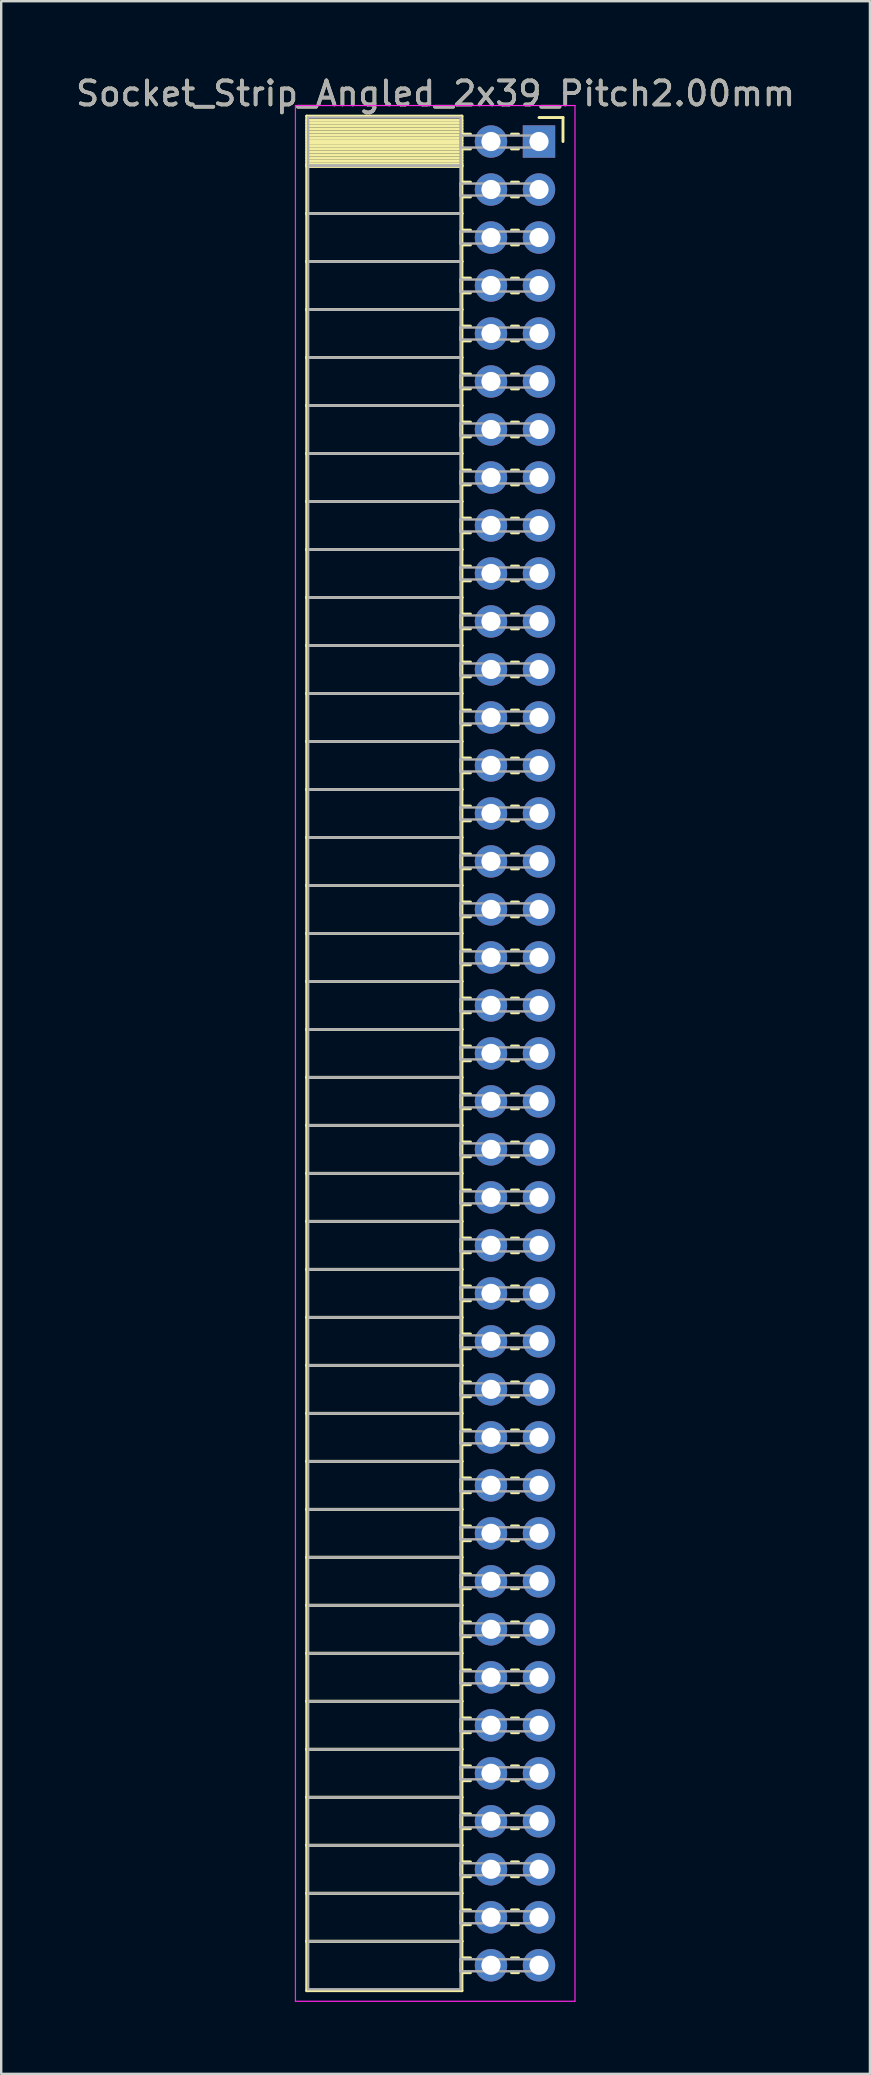
<source format=kicad_pcb>
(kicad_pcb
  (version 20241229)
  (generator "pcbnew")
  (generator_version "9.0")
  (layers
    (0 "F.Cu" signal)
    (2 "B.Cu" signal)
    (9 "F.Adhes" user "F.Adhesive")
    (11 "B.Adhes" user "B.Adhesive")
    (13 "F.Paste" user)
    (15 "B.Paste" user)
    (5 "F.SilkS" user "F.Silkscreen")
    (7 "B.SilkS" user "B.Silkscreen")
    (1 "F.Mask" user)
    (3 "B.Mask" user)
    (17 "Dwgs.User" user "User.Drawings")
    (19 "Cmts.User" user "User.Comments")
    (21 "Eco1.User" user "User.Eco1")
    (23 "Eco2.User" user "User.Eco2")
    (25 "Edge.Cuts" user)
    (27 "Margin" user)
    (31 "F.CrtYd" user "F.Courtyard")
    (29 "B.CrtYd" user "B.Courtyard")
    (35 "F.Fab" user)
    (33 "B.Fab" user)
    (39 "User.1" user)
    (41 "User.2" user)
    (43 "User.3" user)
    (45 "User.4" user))
  (footprint "Socket_Strip_Angled_2x39_Pitch2.00mm"
    (layer "F.Cu")
    (at 19.411 2.848)
    (property "Reference" "Socket_Strip_Angled_2x39_Pitch2.00mm" (at -4.31 -2 0) (layer "F.SilkS") (effects (font (size 1 1) (thickness 0.15))))
    (attr through_hole)
    (fp_line (start -9.68 -1.06) (end -3.21 -1.06) (stroke (width 0.12) (type solid)) (layer "F.SilkS"))
    (fp_line (start -9.68 1) (end -9.68 -1.06) (stroke (width 0.12) (type solid)) (layer "F.SilkS"))
    (fp_line (start -9.68 1) (end -3.21 1) (stroke (width 0.12) (type solid)) (layer "F.SilkS"))
    (fp_line (start -9.68 3) (end -9.68 1) (stroke (width 0.12) (type solid)) (layer "F.SilkS"))
    (fp_line (start -9.68 3) (end -3.21 3) (stroke (width 0.12) (type solid)) (layer "F.SilkS"))
    (fp_line (start -9.68 5) (end -9.68 3) (stroke (width 0.12) (type solid)) (layer "F.SilkS"))
    (fp_line (start -9.68 5) (end -3.21 5) (stroke (width 0.12) (type solid)) (layer "F.SilkS"))
    (fp_line (start -9.68 7) (end -9.68 5) (stroke (width 0.12) (type solid)) (layer "F.SilkS"))
    (fp_line (start -9.68 7) (end -3.21 7) (stroke (width 0.12) (type solid)) (layer "F.SilkS"))
    (fp_line (start -9.68 9) (end -9.68 7) (stroke (width 0.12) (type solid)) (layer "F.SilkS"))
    (fp_line (start -9.68 9) (end -3.21 9) (stroke (width 0.12) (type solid)) (layer "F.SilkS"))
    (fp_line (start -9.68 11) (end -9.68 9) (stroke (width 0.12) (type solid)) (layer "F.SilkS"))
    (fp_line (start -9.68 11) (end -3.21 11) (stroke (width 0.12) (type solid)) (layer "F.SilkS"))
    (fp_line (start -9.68 13) (end -9.68 11) (stroke (width 0.12) (type solid)) (layer "F.SilkS"))
    (fp_line (start -9.68 13) (end -3.21 13) (stroke (width 0.12) (type solid)) (layer "F.SilkS"))
    (fp_line (start -9.68 15) (end -9.68 13) (stroke (width 0.12) (type solid)) (layer "F.SilkS"))
    (fp_line (start -9.68 15) (end -3.21 15) (stroke (width 0.12) (type solid)) (layer "F.SilkS"))
    (fp_line (start -9.68 17) (end -9.68 15) (stroke (width 0.12) (type solid)) (layer "F.SilkS"))
    (fp_line (start -9.68 17) (end -3.21 17) (stroke (width 0.12) (type solid)) (layer "F.SilkS"))
    (fp_line (start -9.68 19) (end -9.68 17) (stroke (width 0.12) (type solid)) (layer "F.SilkS"))
    (fp_line (start -9.68 19) (end -3.21 19) (stroke (width 0.12) (type solid)) (layer "F.SilkS"))
    (fp_line (start -9.68 21) (end -9.68 19) (stroke (width 0.12) (type solid)) (layer "F.SilkS"))
    (fp_line (start -9.68 21) (end -3.21 21) (stroke (width 0.12) (type solid)) (layer "F.SilkS"))
    (fp_line (start -9.68 23) (end -9.68 21) (stroke (width 0.12) (type solid)) (layer "F.SilkS"))
    (fp_line (start -9.68 23) (end -3.21 23) (stroke (width 0.12) (type solid)) (layer "F.SilkS"))
    (fp_line (start -9.68 25) (end -9.68 23) (stroke (width 0.12) (type solid)) (layer "F.SilkS"))
    (fp_line (start -9.68 25) (end -3.21 25) (stroke (width 0.12) (type solid)) (layer "F.SilkS"))
    (fp_line (start -9.68 27) (end -9.68 25) (stroke (width 0.12) (type solid)) (layer "F.SilkS"))
    (fp_line (start -9.68 27) (end -3.21 27) (stroke (width 0.12) (type solid)) (layer "F.SilkS"))
    (fp_line (start -9.68 29) (end -9.68 27) (stroke (width 0.12) (type solid)) (layer "F.SilkS"))
    (fp_line (start -9.68 29) (end -3.21 29) (stroke (width 0.12) (type solid)) (layer "F.SilkS"))
    (fp_line (start -9.68 31) (end -9.68 29) (stroke (width 0.12) (type solid)) (layer "F.SilkS"))
    (fp_line (start -9.68 31) (end -3.21 31) (stroke (width 0.12) (type solid)) (layer "F.SilkS"))
    (fp_line (start -9.68 33) (end -9.68 31) (stroke (width 0.12) (type solid)) (layer "F.SilkS"))
    (fp_line (start -9.68 33) (end -3.21 33) (stroke (width 0.12) (type solid)) (layer "F.SilkS"))
    (fp_line (start -9.68 35) (end -9.68 33) (stroke (width 0.12) (type solid)) (layer "F.SilkS"))
    (fp_line (start -9.68 35) (end -3.21 35) (stroke (width 0.12) (type solid)) (layer "F.SilkS"))
    (fp_line (start -9.68 37) (end -9.68 35) (stroke (width 0.12) (type solid)) (layer "F.SilkS"))
    (fp_line (start -9.68 37) (end -3.21 37) (stroke (width 0.12) (type solid)) (layer "F.SilkS"))
    (fp_line (start -9.68 39) (end -9.68 37) (stroke (width 0.12) (type solid)) (layer "F.SilkS"))
    (fp_line (start -9.68 39) (end -3.21 39) (stroke (width 0.12) (type solid)) (layer "F.SilkS"))
    (fp_line (start -9.68 41) (end -9.68 39) (stroke (width 0.12) (type solid)) (layer "F.SilkS"))
    (fp_line (start -9.68 41) (end -3.21 41) (stroke (width 0.12) (type solid)) (layer "F.SilkS"))
    (fp_line (start -9.68 43) (end -9.68 41) (stroke (width 0.12) (type solid)) (layer "F.SilkS"))
    (fp_line (start -9.68 43) (end -3.21 43) (stroke (width 0.12) (type solid)) (layer "F.SilkS"))
    (fp_line (start -9.68 45) (end -9.68 43) (stroke (width 0.12) (type solid)) (layer "F.SilkS"))
    (fp_line (start -9.68 45) (end -3.21 45) (stroke (width 0.12) (type solid)) (layer "F.SilkS"))
    (fp_line (start -9.68 47) (end -9.68 45) (stroke (width 0.12) (type solid)) (layer "F.SilkS"))
    (fp_line (start -9.68 47) (end -3.21 47) (stroke (width 0.12) (type solid)) (layer "F.SilkS"))
    (fp_line (start -9.68 49) (end -9.68 47) (stroke (width 0.12) (type solid)) (layer "F.SilkS"))
    (fp_line (start -9.68 49) (end -3.21 49) (stroke (width 0.12) (type solid)) (layer "F.SilkS"))
    (fp_line (start -9.68 51) (end -9.68 49) (stroke (width 0.12) (type solid)) (layer "F.SilkS"))
    (fp_line (start -9.68 51) (end -3.21 51) (stroke (width 0.12) (type solid)) (layer "F.SilkS"))
    (fp_line (start -9.68 53) (end -9.68 51) (stroke (width 0.12) (type solid)) (layer "F.SilkS"))
    (fp_line (start -9.68 53) (end -3.21 53) (stroke (width 0.12) (type solid)) (layer "F.SilkS"))
    (fp_line (start -9.68 55) (end -9.68 53) (stroke (width 0.12) (type solid)) (layer "F.SilkS"))
    (fp_line (start -9.68 55) (end -3.21 55) (stroke (width 0.12) (type solid)) (layer "F.SilkS"))
    (fp_line (start -9.68 57) (end -9.68 55) (stroke (width 0.12) (type solid)) (layer "F.SilkS"))
    (fp_line (start -9.68 57) (end -3.21 57) (stroke (width 0.12) (type solid)) (layer "F.SilkS"))
    (fp_line (start -9.68 59) (end -9.68 57) (stroke (width 0.12) (type solid)) (layer "F.SilkS"))
    (fp_line (start -9.68 59) (end -3.21 59) (stroke (width 0.12) (type solid)) (layer "F.SilkS"))
    (fp_line (start -9.68 61) (end -9.68 59) (stroke (width 0.12) (type solid)) (layer "F.SilkS"))
    (fp_line (start -9.68 61) (end -3.21 61) (stroke (width 0.12) (type solid)) (layer "F.SilkS"))
    (fp_line (start -9.68 63) (end -9.68 61) (stroke (width 0.12) (type solid)) (layer "F.SilkS"))
    (fp_line (start -9.68 63) (end -3.21 63) (stroke (width 0.12) (type solid)) (layer "F.SilkS"))
    (fp_line (start -9.68 65) (end -9.68 63) (stroke (width 0.12) (type solid)) (layer "F.SilkS"))
    (fp_line (start -9.68 65) (end -3.21 65) (stroke (width 0.12) (type solid)) (layer "F.SilkS"))
    (fp_line (start -9.68 67) (end -9.68 65) (stroke (width 0.12) (type solid)) (layer "F.SilkS"))
    (fp_line (start -9.68 67) (end -3.21 67) (stroke (width 0.12) (type solid)) (layer "F.SilkS"))
    (fp_line (start -9.68 69) (end -9.68 67) (stroke (width 0.12) (type solid)) (layer "F.SilkS"))
    (fp_line (start -9.68 69) (end -3.21 69) (stroke (width 0.12) (type solid)) (layer "F.SilkS"))
    (fp_line (start -9.68 71) (end -9.68 69) (stroke (width 0.12) (type solid)) (layer "F.SilkS"))
    (fp_line (start -9.68 71) (end -3.21 71) (stroke (width 0.12) (type solid)) (layer "F.SilkS"))
    (fp_line (start -9.68 73) (end -9.68 71) (stroke (width 0.12) (type solid)) (layer "F.SilkS"))
    (fp_line (start -9.68 73) (end -3.21 73) (stroke (width 0.12) (type solid)) (layer "F.SilkS"))
    (fp_line (start -9.68 75) (end -9.68 73) (stroke (width 0.12) (type solid)) (layer "F.SilkS"))
    (fp_line (start -9.68 75) (end -3.21 75) (stroke (width 0.12) (type solid)) (layer "F.SilkS"))
    (fp_line (start -9.68 77.06) (end -9.68 75) (stroke (width 0.12) (type solid)) (layer "F.SilkS"))
    (fp_line (start -3.21 -1.06) (end -3.21 1) (stroke (width 0.12) (type solid)) (layer "F.SilkS"))
    (fp_line (start -3.21 -0.88) (end -9.68 -0.88) (stroke (width 0.12) (type solid)) (layer "F.SilkS"))
    (fp_line (start -3.21 -0.76) (end -9.68 -0.76) (stroke (width 0.12) (type solid)) (layer "F.SilkS"))
    (fp_line (start -3.21 -0.64) (end -9.68 -0.64) (stroke (width 0.12) (type solid)) (layer "F.SilkS"))
    (fp_line (start -3.21 -0.52) (end -9.68 -0.52) (stroke (width 0.12) (type solid)) (layer "F.SilkS"))
    (fp_line (start -3.21 -0.4) (end -9.68 -0.4) (stroke (width 0.12) (type solid)) (layer "F.SilkS"))
    (fp_line (start -3.21 -0.28) (end -9.68 -0.28) (stroke (width 0.12) (type solid)) (layer "F.SilkS"))
    (fp_line (start -3.21 -0.16) (end -9.68 -0.16) (stroke (width 0.12) (type solid)) (layer "F.SilkS"))
    (fp_line (start -3.21 -0.04) (end -9.68 -0.04) (stroke (width 0.12) (type solid)) (layer "F.SilkS"))
    (fp_line (start -3.21 0.08) (end -9.68 0.08) (stroke (width 0.12) (type solid)) (layer "F.SilkS"))
    (fp_line (start -3.21 0.2) (end -9.68 0.2) (stroke (width 0.12) (type solid)) (layer "F.SilkS"))
    (fp_line (start -3.21 0.32) (end -9.68 0.32) (stroke (width 0.12) (type solid)) (layer "F.SilkS"))
    (fp_line (start -3.21 0.44) (end -9.68 0.44) (stroke (width 0.12) (type solid)) (layer "F.SilkS"))
    (fp_line (start -3.21 0.56) (end -9.68 0.56) (stroke (width 0.12) (type solid)) (layer "F.SilkS"))
    (fp_line (start -3.21 0.68) (end -9.68 0.68) (stroke (width 0.12) (type solid)) (layer "F.SilkS"))
    (fp_line (start -3.21 0.8) (end -9.68 0.8) (stroke (width 0.12) (type solid)) (layer "F.SilkS"))
    (fp_line (start -3.21 0.92) (end -9.68 0.92) (stroke (width 0.12) (type solid)) (layer "F.SilkS"))
    (fp_line (start -3.21 1) (end -9.68 1) (stroke (width 0.12) (type solid)) (layer "F.SilkS"))
    (fp_line (start -3.21 1) (end -3.21 3) (stroke (width 0.12) (type solid)) (layer "F.SilkS"))
    (fp_line (start -3.21 1.04) (end -9.68 1.04) (stroke (width 0.12) (type solid)) (layer "F.SilkS"))
    (fp_line (start -3.21 3) (end -9.68 3) (stroke (width 0.12) (type solid)) (layer "F.SilkS"))
    (fp_line (start -3.21 3) (end -3.21 5) (stroke (width 0.12) (type solid)) (layer "F.SilkS"))
    (fp_line (start -3.21 5) (end -9.68 5) (stroke (width 0.12) (type solid)) (layer "F.SilkS"))
    (fp_line (start -3.21 5) (end -3.21 7) (stroke (width 0.12) (type solid)) (layer "F.SilkS"))
    (fp_line (start -3.21 7) (end -9.68 7) (stroke (width 0.12) (type solid)) (layer "F.SilkS"))
    (fp_line (start -3.21 7) (end -3.21 9) (stroke (width 0.12) (type solid)) (layer "F.SilkS"))
    (fp_line (start -3.21 9) (end -9.68 9) (stroke (width 0.12) (type solid)) (layer "F.SilkS"))
    (fp_line (start -3.21 9) (end -3.21 11) (stroke (width 0.12) (type solid)) (layer "F.SilkS"))
    (fp_line (start -3.21 11) (end -9.68 11) (stroke (width 0.12) (type solid)) (layer "F.SilkS"))
    (fp_line (start -3.21 11) (end -3.21 13) (stroke (width 0.12) (type solid)) (layer "F.SilkS"))
    (fp_line (start -3.21 13) (end -9.68 13) (stroke (width 0.12) (type solid)) (layer "F.SilkS"))
    (fp_line (start -3.21 13) (end -3.21 15) (stroke (width 0.12) (type solid)) (layer "F.SilkS"))
    (fp_line (start -3.21 15) (end -9.68 15) (stroke (width 0.12) (type solid)) (layer "F.SilkS"))
    (fp_line (start -3.21 15) (end -3.21 17) (stroke (width 0.12) (type solid)) (layer "F.SilkS"))
    (fp_line (start -3.21 17) (end -9.68 17) (stroke (width 0.12) (type solid)) (layer "F.SilkS"))
    (fp_line (start -3.21 17) (end -3.21 19) (stroke (width 0.12) (type solid)) (layer "F.SilkS"))
    (fp_line (start -3.21 19) (end -9.68 19) (stroke (width 0.12) (type solid)) (layer "F.SilkS"))
    (fp_line (start -3.21 19) (end -3.21 21) (stroke (width 0.12) (type solid)) (layer "F.SilkS"))
    (fp_line (start -3.21 21) (end -9.68 21) (stroke (width 0.12) (type solid)) (layer "F.SilkS"))
    (fp_line (start -3.21 21) (end -3.21 23) (stroke (width 0.12) (type solid)) (layer "F.SilkS"))
    (fp_line (start -3.21 23) (end -9.68 23) (stroke (width 0.12) (type solid)) (layer "F.SilkS"))
    (fp_line (start -3.21 23) (end -3.21 25) (stroke (width 0.12) (type solid)) (layer "F.SilkS"))
    (fp_line (start -3.21 25) (end -9.68 25) (stroke (width 0.12) (type solid)) (layer "F.SilkS"))
    (fp_line (start -3.21 25) (end -3.21 27) (stroke (width 0.12) (type solid)) (layer "F.SilkS"))
    (fp_line (start -3.21 27) (end -9.68 27) (stroke (width 0.12) (type solid)) (layer "F.SilkS"))
    (fp_line (start -3.21 27) (end -3.21 29) (stroke (width 0.12) (type solid)) (layer "F.SilkS"))
    (fp_line (start -3.21 29) (end -9.68 29) (stroke (width 0.12) (type solid)) (layer "F.SilkS"))
    (fp_line (start -3.21 29) (end -3.21 31) (stroke (width 0.12) (type solid)) (layer "F.SilkS"))
    (fp_line (start -3.21 31) (end -9.68 31) (stroke (width 0.12) (type solid)) (layer "F.SilkS"))
    (fp_line (start -3.21 31) (end -3.21 33) (stroke (width 0.12) (type solid)) (layer "F.SilkS"))
    (fp_line (start -3.21 33) (end -9.68 33) (stroke (width 0.12) (type solid)) (layer "F.SilkS"))
    (fp_line (start -3.21 33) (end -3.21 35) (stroke (width 0.12) (type solid)) (layer "F.SilkS"))
    (fp_line (start -3.21 35) (end -9.68 35) (stroke (width 0.12) (type solid)) (layer "F.SilkS"))
    (fp_line (start -3.21 35) (end -3.21 37) (stroke (width 0.12) (type solid)) (layer "F.SilkS"))
    (fp_line (start -3.21 37) (end -9.68 37) (stroke (width 0.12) (type solid)) (layer "F.SilkS"))
    (fp_line (start -3.21 37) (end -3.21 39) (stroke (width 0.12) (type solid)) (layer "F.SilkS"))
    (fp_line (start -3.21 39) (end -9.68 39) (stroke (width 0.12) (type solid)) (layer "F.SilkS"))
    (fp_line (start -3.21 39) (end -3.21 41) (stroke (width 0.12) (type solid)) (layer "F.SilkS"))
    (fp_line (start -3.21 41) (end -9.68 41) (stroke (width 0.12) (type solid)) (layer "F.SilkS"))
    (fp_line (start -3.21 41) (end -3.21 43) (stroke (width 0.12) (type solid)) (layer "F.SilkS"))
    (fp_line (start -3.21 43) (end -9.68 43) (stroke (width 0.12) (type solid)) (layer "F.SilkS"))
    (fp_line (start -3.21 43) (end -3.21 45) (stroke (width 0.12) (type solid)) (layer "F.SilkS"))
    (fp_line (start -3.21 45) (end -9.68 45) (stroke (width 0.12) (type solid)) (layer "F.SilkS"))
    (fp_line (start -3.21 45) (end -3.21 47) (stroke (width 0.12) (type solid)) (layer "F.SilkS"))
    (fp_line (start -3.21 47) (end -9.68 47) (stroke (width 0.12) (type solid)) (layer "F.SilkS"))
    (fp_line (start -3.21 47) (end -3.21 49) (stroke (width 0.12) (type solid)) (layer "F.SilkS"))
    (fp_line (start -3.21 49) (end -9.68 49) (stroke (width 0.12) (type solid)) (layer "F.SilkS"))
    (fp_line (start -3.21 49) (end -3.21 51) (stroke (width 0.12) (type solid)) (layer "F.SilkS"))
    (fp_line (start -3.21 51) (end -9.68 51) (stroke (width 0.12) (type solid)) (layer "F.SilkS"))
    (fp_line (start -3.21 51) (end -3.21 53) (stroke (width 0.12) (type solid)) (layer "F.SilkS"))
    (fp_line (start -3.21 53) (end -9.68 53) (stroke (width 0.12) (type solid)) (layer "F.SilkS"))
    (fp_line (start -3.21 53) (end -3.21 55) (stroke (width 0.12) (type solid)) (layer "F.SilkS"))
    (fp_line (start -3.21 55) (end -9.68 55) (stroke (width 0.12) (type solid)) (layer "F.SilkS"))
    (fp_line (start -3.21 55) (end -3.21 57) (stroke (width 0.12) (type solid)) (layer "F.SilkS"))
    (fp_line (start -3.21 57) (end -9.68 57) (stroke (width 0.12) (type solid)) (layer "F.SilkS"))
    (fp_line (start -3.21 57) (end -3.21 59) (stroke (width 0.12) (type solid)) (layer "F.SilkS"))
    (fp_line (start -3.21 59) (end -9.68 59) (stroke (width 0.12) (type solid)) (layer "F.SilkS"))
    (fp_line (start -3.21 59) (end -3.21 61) (stroke (width 0.12) (type solid)) (layer "F.SilkS"))
    (fp_line (start -3.21 61) (end -9.68 61) (stroke (width 0.12) (type solid)) (layer "F.SilkS"))
    (fp_line (start -3.21 61) (end -3.21 63) (stroke (width 0.12) (type solid)) (layer "F.SilkS"))
    (fp_line (start -3.21 63) (end -9.68 63) (stroke (width 0.12) (type solid)) (layer "F.SilkS"))
    (fp_line (start -3.21 63) (end -3.21 65) (stroke (width 0.12) (type solid)) (layer "F.SilkS"))
    (fp_line (start -3.21 65) (end -9.68 65) (stroke (width 0.12) (type solid)) (layer "F.SilkS"))
    (fp_line (start -3.21 65) (end -3.21 67) (stroke (width 0.12) (type solid)) (layer "F.SilkS"))
    (fp_line (start -3.21 67) (end -9.68 67) (stroke (width 0.12) (type solid)) (layer "F.SilkS"))
    (fp_line (start -3.21 67) (end -3.21 69) (stroke (width 0.12) (type solid)) (layer "F.SilkS"))
    (fp_line (start -3.21 69) (end -9.68 69) (stroke (width 0.12) (type solid)) (layer "F.SilkS"))
    (fp_line (start -3.21 69) (end -3.21 71) (stroke (width 0.12) (type solid)) (layer "F.SilkS"))
    (fp_line (start -3.21 71) (end -9.68 71) (stroke (width 0.12) (type solid)) (layer "F.SilkS"))
    (fp_line (start -3.21 71) (end -3.21 73) (stroke (width 0.12) (type solid)) (layer "F.SilkS"))
    (fp_line (start -3.21 73) (end -9.68 73) (stroke (width 0.12) (type solid)) (layer "F.SilkS"))
    (fp_line (start -3.21 73) (end -3.21 75) (stroke (width 0.12) (type solid)) (layer "F.SilkS"))
    (fp_line (start -3.21 75) (end -9.68 75) (stroke (width 0.12) (type solid)) (layer "F.SilkS"))
    (fp_line (start -3.21 75) (end -3.21 77.06) (stroke (width 0.12) (type solid)) (layer "F.SilkS"))
    (fp_line (start -3.21 77.06) (end -9.68 77.06) (stroke (width 0.12) (type solid)) (layer "F.SilkS"))
    (fp_line (start -2.855 -0.31) (end -3.21 -0.31) (stroke (width 0.12) (type solid)) (layer "F.SilkS"))
    (fp_line (start -2.855 0.31) (end -3.21 0.31) (stroke (width 0.12) (type solid)) (layer "F.SilkS"))
    (fp_line (start -2.855 1.69) (end -3.21 1.69) (stroke (width 0.12) (type solid)) (layer "F.SilkS"))
    (fp_line (start -2.855 2.31) (end -3.21 2.31) (stroke (width 0.12) (type solid)) (layer "F.SilkS"))
    (fp_line (start -2.855 3.69) (end -3.21 3.69) (stroke (width 0.12) (type solid)) (layer "F.SilkS"))
    (fp_line (start -2.855 4.31) (end -3.21 4.31) (stroke (width 0.12) (type solid)) (layer "F.SilkS"))
    (fp_line (start -2.855 5.69) (end -3.21 5.69) (stroke (width 0.12) (type solid)) (layer "F.SilkS"))
    (fp_line (start -2.855 6.31) (end -3.21 6.31) (stroke (width 0.12) (type solid)) (layer "F.SilkS"))
    (fp_line (start -2.855 7.69) (end -3.21 7.69) (stroke (width 0.12) (type solid)) (layer "F.SilkS"))
    (fp_line (start -2.855 8.31) (end -3.21 8.31) (stroke (width 0.12) (type solid)) (layer "F.SilkS"))
    (fp_line (start -2.855 9.69) (end -3.21 9.69) (stroke (width 0.12) (type solid)) (layer "F.SilkS"))
    (fp_line (start -2.855 10.31) (end -3.21 10.31) (stroke (width 0.12) (type solid)) (layer "F.SilkS"))
    (fp_line (start -2.855 11.69) (end -3.21 11.69) (stroke (width 0.12) (type solid)) (layer "F.SilkS"))
    (fp_line (start -2.855 12.31) (end -3.21 12.31) (stroke (width 0.12) (type solid)) (layer "F.SilkS"))
    (fp_line (start -2.855 13.69) (end -3.21 13.69) (stroke (width 0.12) (type solid)) (layer "F.SilkS"))
    (fp_line (start -2.855 14.31) (end -3.21 14.31) (stroke (width 0.12) (type solid)) (layer "F.SilkS"))
    (fp_line (start -2.855 15.69) (end -3.21 15.69) (stroke (width 0.12) (type solid)) (layer "F.SilkS"))
    (fp_line (start -2.855 16.31) (end -3.21 16.31) (stroke (width 0.12) (type solid)) (layer "F.SilkS"))
    (fp_line (start -2.855 17.69) (end -3.21 17.69) (stroke (width 0.12) (type solid)) (layer "F.SilkS"))
    (fp_line (start -2.855 18.31) (end -3.21 18.31) (stroke (width 0.12) (type solid)) (layer "F.SilkS"))
    (fp_line (start -2.855 19.69) (end -3.21 19.69) (stroke (width 0.12) (type solid)) (layer "F.SilkS"))
    (fp_line (start -2.855 20.31) (end -3.21 20.31) (stroke (width 0.12) (type solid)) (layer "F.SilkS"))
    (fp_line (start -2.855 21.69) (end -3.21 21.69) (stroke (width 0.12) (type solid)) (layer "F.SilkS"))
    (fp_line (start -2.855 22.31) (end -3.21 22.31) (stroke (width 0.12) (type solid)) (layer "F.SilkS"))
    (fp_line (start -2.855 23.69) (end -3.21 23.69) (stroke (width 0.12) (type solid)) (layer "F.SilkS"))
    (fp_line (start -2.855 24.31) (end -3.21 24.31) (stroke (width 0.12) (type solid)) (layer "F.SilkS"))
    (fp_line (start -2.855 25.69) (end -3.21 25.69) (stroke (width 0.12) (type solid)) (layer "F.SilkS"))
    (fp_line (start -2.855 26.31) (end -3.21 26.31) (stroke (width 0.12) (type solid)) (layer "F.SilkS"))
    (fp_line (start -2.855 27.69) (end -3.21 27.69) (stroke (width 0.12) (type solid)) (layer "F.SilkS"))
    (fp_line (start -2.855 28.31) (end -3.21 28.31) (stroke (width 0.12) (type solid)) (layer "F.SilkS"))
    (fp_line (start -2.855 29.69) (end -3.21 29.69) (stroke (width 0.12) (type solid)) (layer "F.SilkS"))
    (fp_line (start -2.855 30.31) (end -3.21 30.31) (stroke (width 0.12) (type solid)) (layer "F.SilkS"))
    (fp_line (start -2.855 31.69) (end -3.21 31.69) (stroke (width 0.12) (type solid)) (layer "F.SilkS"))
    (fp_line (start -2.855 32.31) (end -3.21 32.31) (stroke (width 0.12) (type solid)) (layer "F.SilkS"))
    (fp_line (start -2.855 33.69) (end -3.21 33.69) (stroke (width 0.12) (type solid)) (layer "F.SilkS"))
    (fp_line (start -2.855 34.31) (end -3.21 34.31) (stroke (width 0.12) (type solid)) (layer "F.SilkS"))
    (fp_line (start -2.855 35.69) (end -3.21 35.69) (stroke (width 0.12) (type solid)) (layer "F.SilkS"))
    (fp_line (start -2.855 36.31) (end -3.21 36.31) (stroke (width 0.12) (type solid)) (layer "F.SilkS"))
    (fp_line (start -2.855 37.69) (end -3.21 37.69) (stroke (width 0.12) (type solid)) (layer "F.SilkS"))
    (fp_line (start -2.855 38.31) (end -3.21 38.31) (stroke (width 0.12) (type solid)) (layer "F.SilkS"))
    (fp_line (start -2.855 39.69) (end -3.21 39.69) (stroke (width 0.12) (type solid)) (layer "F.SilkS"))
    (fp_line (start -2.855 40.31) (end -3.21 40.31) (stroke (width 0.12) (type solid)) (layer "F.SilkS"))
    (fp_line (start -2.855 41.69) (end -3.21 41.69) (stroke (width 0.12) (type solid)) (layer "F.SilkS"))
    (fp_line (start -2.855 42.31) (end -3.21 42.31) (stroke (width 0.12) (type solid)) (layer "F.SilkS"))
    (fp_line (start -2.855 43.69) (end -3.21 43.69) (stroke (width 0.12) (type solid)) (layer "F.SilkS"))
    (fp_line (start -2.855 44.31) (end -3.21 44.31) (stroke (width 0.12) (type solid)) (layer "F.SilkS"))
    (fp_line (start -2.855 45.69) (end -3.21 45.69) (stroke (width 0.12) (type solid)) (layer "F.SilkS"))
    (fp_line (start -2.855 46.31) (end -3.21 46.31) (stroke (width 0.12) (type solid)) (layer "F.SilkS"))
    (fp_line (start -2.855 47.69) (end -3.21 47.69) (stroke (width 0.12) (type solid)) (layer "F.SilkS"))
    (fp_line (start -2.855 48.31) (end -3.21 48.31) (stroke (width 0.12) (type solid)) (layer "F.SilkS"))
    (fp_line (start -2.855 49.69) (end -3.21 49.69) (stroke (width 0.12) (type solid)) (layer "F.SilkS"))
    (fp_line (start -2.855 50.31) (end -3.21 50.31) (stroke (width 0.12) (type solid)) (layer "F.SilkS"))
    (fp_line (start -2.855 51.69) (end -3.21 51.69) (stroke (width 0.12) (type solid)) (layer "F.SilkS"))
    (fp_line (start -2.855 52.31) (end -3.21 52.31) (stroke (width 0.12) (type solid)) (layer "F.SilkS"))
    (fp_line (start -2.855 53.69) (end -3.21 53.69) (stroke (width 0.12) (type solid)) (layer "F.SilkS"))
    (fp_line (start -2.855 54.31) (end -3.21 54.31) (stroke (width 0.12) (type solid)) (layer "F.SilkS"))
    (fp_line (start -2.855 55.69) (end -3.21 55.69) (stroke (width 0.12) (type solid)) (layer "F.SilkS"))
    (fp_line (start -2.855 56.31) (end -3.21 56.31) (stroke (width 0.12) (type solid)) (layer "F.SilkS"))
    (fp_line (start -2.855 57.69) (end -3.21 57.69) (stroke (width 0.12) (type solid)) (layer "F.SilkS"))
    (fp_line (start -2.855 58.31) (end -3.21 58.31) (stroke (width 0.12) (type solid)) (layer "F.SilkS"))
    (fp_line (start -2.855 59.69) (end -3.21 59.69) (stroke (width 0.12) (type solid)) (layer "F.SilkS"))
    (fp_line (start -2.855 60.31) (end -3.21 60.31) (stroke (width 0.12) (type solid)) (layer "F.SilkS"))
    (fp_line (start -2.855 61.69) (end -3.21 61.69) (stroke (width 0.12) (type solid)) (layer "F.SilkS"))
    (fp_line (start -2.855 62.31) (end -3.21 62.31) (stroke (width 0.12) (type solid)) (layer "F.SilkS"))
    (fp_line (start -2.855 63.69) (end -3.21 63.69) (stroke (width 0.12) (type solid)) (layer "F.SilkS"))
    (fp_line (start -2.855 64.31) (end -3.21 64.31) (stroke (width 0.12) (type solid)) (layer "F.SilkS"))
    (fp_line (start -2.855 65.69) (end -3.21 65.69) (stroke (width 0.12) (type solid)) (layer "F.SilkS"))
    (fp_line (start -2.855 66.31) (end -3.21 66.31) (stroke (width 0.12) (type solid)) (layer "F.SilkS"))
    (fp_line (start -2.855 67.69) (end -3.21 67.69) (stroke (width 0.12) (type solid)) (layer "F.SilkS"))
    (fp_line (start -2.855 68.31) (end -3.21 68.31) (stroke (width 0.12) (type solid)) (layer "F.SilkS"))
    (fp_line (start -2.855 69.69) (end -3.21 69.69) (stroke (width 0.12) (type solid)) (layer "F.SilkS"))
    (fp_line (start -2.855 70.31) (end -3.21 70.31) (stroke (width 0.12) (type solid)) (layer "F.SilkS"))
    (fp_line (start -2.855 71.69) (end -3.21 71.69) (stroke (width 0.12) (type solid)) (layer "F.SilkS"))
    (fp_line (start -2.855 72.31) (end -3.21 72.31) (stroke (width 0.12) (type solid)) (layer "F.SilkS"))
    (fp_line (start -2.855 73.69) (end -3.21 73.69) (stroke (width 0.12) (type solid)) (layer "F.SilkS"))
    (fp_line (start -2.855 74.31) (end -3.21 74.31) (stroke (width 0.12) (type solid)) (layer "F.SilkS"))
    (fp_line (start -2.855 75.69) (end -3.21 75.69) (stroke (width 0.12) (type solid)) (layer "F.SilkS"))
    (fp_line (start -2.855 76.31) (end -3.21 76.31) (stroke (width 0.12) (type solid)) (layer "F.SilkS"))
    (fp_line (start -0.855 -0.31) (end -1.145 -0.31) (stroke (width 0.12) (type solid)) (layer "F.SilkS"))
    (fp_line (start -0.855 0.31) (end -1.145 0.31) (stroke (width 0.12) (type solid)) (layer "F.SilkS"))
    (fp_line (start -0.855 1.69) (end -1.145 1.69) (stroke (width 0.12) (type solid)) (layer "F.SilkS"))
    (fp_line (start -0.855 2.31) (end -1.145 2.31) (stroke (width 0.12) (type solid)) (layer "F.SilkS"))
    (fp_line (start -0.855 3.69) (end -1.145 3.69) (stroke (width 0.12) (type solid)) (layer "F.SilkS"))
    (fp_line (start -0.855 4.31) (end -1.145 4.31) (stroke (width 0.12) (type solid)) (layer "F.SilkS"))
    (fp_line (start -0.855 5.69) (end -1.145 5.69) (stroke (width 0.12) (type solid)) (layer "F.SilkS"))
    (fp_line (start -0.855 6.31) (end -1.145 6.31) (stroke (width 0.12) (type solid)) (layer "F.SilkS"))
    (fp_line (start -0.855 7.69) (end -1.145 7.69) (stroke (width 0.12) (type solid)) (layer "F.SilkS"))
    (fp_line (start -0.855 8.31) (end -1.145 8.31) (stroke (width 0.12) (type solid)) (layer "F.SilkS"))
    (fp_line (start -0.855 9.69) (end -1.145 9.69) (stroke (width 0.12) (type solid)) (layer "F.SilkS"))
    (fp_line (start -0.855 10.31) (end -1.145 10.31) (stroke (width 0.12) (type solid)) (layer "F.SilkS"))
    (fp_line (start -0.855 11.69) (end -1.145 11.69) (stroke (width 0.12) (type solid)) (layer "F.SilkS"))
    (fp_line (start -0.855 12.31) (end -1.145 12.31) (stroke (width 0.12) (type solid)) (layer "F.SilkS"))
    (fp_line (start -0.855 13.69) (end -1.145 13.69) (stroke (width 0.12) (type solid)) (layer "F.SilkS"))
    (fp_line (start -0.855 14.31) (end -1.145 14.31) (stroke (width 0.12) (type solid)) (layer "F.SilkS"))
    (fp_line (start -0.855 15.69) (end -1.145 15.69) (stroke (width 0.12) (type solid)) (layer "F.SilkS"))
    (fp_line (start -0.855 16.31) (end -1.145 16.31) (stroke (width 0.12) (type solid)) (layer "F.SilkS"))
    (fp_line (start -0.855 17.69) (end -1.145 17.69) (stroke (width 0.12) (type solid)) (layer "F.SilkS"))
    (fp_line (start -0.855 18.31) (end -1.145 18.31) (stroke (width 0.12) (type solid)) (layer "F.SilkS"))
    (fp_line (start -0.855 19.69) (end -1.145 19.69) (stroke (width 0.12) (type solid)) (layer "F.SilkS"))
    (fp_line (start -0.855 20.31) (end -1.145 20.31) (stroke (width 0.12) (type solid)) (layer "F.SilkS"))
    (fp_line (start -0.855 21.69) (end -1.145 21.69) (stroke (width 0.12) (type solid)) (layer "F.SilkS"))
    (fp_line (start -0.855 22.31) (end -1.145 22.31) (stroke (width 0.12) (type solid)) (layer "F.SilkS"))
    (fp_line (start -0.855 23.69) (end -1.145 23.69) (stroke (width 0.12) (type solid)) (layer "F.SilkS"))
    (fp_line (start -0.855 24.31) (end -1.145 24.31) (stroke (width 0.12) (type solid)) (layer "F.SilkS"))
    (fp_line (start -0.855 25.69) (end -1.145 25.69) (stroke (width 0.12) (type solid)) (layer "F.SilkS"))
    (fp_line (start -0.855 26.31) (end -1.145 26.31) (stroke (width 0.12) (type solid)) (layer "F.SilkS"))
    (fp_line (start -0.855 27.69) (end -1.145 27.69) (stroke (width 0.12) (type solid)) (layer "F.SilkS"))
    (fp_line (start -0.855 28.31) (end -1.145 28.31) (stroke (width 0.12) (type solid)) (layer "F.SilkS"))
    (fp_line (start -0.855 29.69) (end -1.145 29.69) (stroke (width 0.12) (type solid)) (layer "F.SilkS"))
    (fp_line (start -0.855 30.31) (end -1.145 30.31) (stroke (width 0.12) (type solid)) (layer "F.SilkS"))
    (fp_line (start -0.855 31.69) (end -1.145 31.69) (stroke (width 0.12) (type solid)) (layer "F.SilkS"))
    (fp_line (start -0.855 32.31) (end -1.145 32.31) (stroke (width 0.12) (type solid)) (layer "F.SilkS"))
    (fp_line (start -0.855 33.69) (end -1.145 33.69) (stroke (width 0.12) (type solid)) (layer "F.SilkS"))
    (fp_line (start -0.855 34.31) (end -1.145 34.31) (stroke (width 0.12) (type solid)) (layer "F.SilkS"))
    (fp_line (start -0.855 35.69) (end -1.145 35.69) (stroke (width 0.12) (type solid)) (layer "F.SilkS"))
    (fp_line (start -0.855 36.31) (end -1.145 36.31) (stroke (width 0.12) (type solid)) (layer "F.SilkS"))
    (fp_line (start -0.855 37.69) (end -1.145 37.69) (stroke (width 0.12) (type solid)) (layer "F.SilkS"))
    (fp_line (start -0.855 38.31) (end -1.145 38.31) (stroke (width 0.12) (type solid)) (layer "F.SilkS"))
    (fp_line (start -0.855 39.69) (end -1.145 39.69) (stroke (width 0.12) (type solid)) (layer "F.SilkS"))
    (fp_line (start -0.855 40.31) (end -1.145 40.31) (stroke (width 0.12) (type solid)) (layer "F.SilkS"))
    (fp_line (start -0.855 41.69) (end -1.145 41.69) (stroke (width 0.12) (type solid)) (layer "F.SilkS"))
    (fp_line (start -0.855 42.31) (end -1.145 42.31) (stroke (width 0.12) (type solid)) (layer "F.SilkS"))
    (fp_line (start -0.855 43.69) (end -1.145 43.69) (stroke (width 0.12) (type solid)) (layer "F.SilkS"))
    (fp_line (start -0.855 44.31) (end -1.145 44.31) (stroke (width 0.12) (type solid)) (layer "F.SilkS"))
    (fp_line (start -0.855 45.69) (end -1.145 45.69) (stroke (width 0.12) (type solid)) (layer "F.SilkS"))
    (fp_line (start -0.855 46.31) (end -1.145 46.31) (stroke (width 0.12) (type solid)) (layer "F.SilkS"))
    (fp_line (start -0.855 47.69) (end -1.145 47.69) (stroke (width 0.12) (type solid)) (layer "F.SilkS"))
    (fp_line (start -0.855 48.31) (end -1.145 48.31) (stroke (width 0.12) (type solid)) (layer "F.SilkS"))
    (fp_line (start -0.855 49.69) (end -1.145 49.69) (stroke (width 0.12) (type solid)) (layer "F.SilkS"))
    (fp_line (start -0.855 50.31) (end -1.145 50.31) (stroke (width 0.12) (type solid)) (layer "F.SilkS"))
    (fp_line (start -0.855 51.69) (end -1.145 51.69) (stroke (width 0.12) (type solid)) (layer "F.SilkS"))
    (fp_line (start -0.855 52.31) (end -1.145 52.31) (stroke (width 0.12) (type solid)) (layer "F.SilkS"))
    (fp_line (start -0.855 53.69) (end -1.145 53.69) (stroke (width 0.12) (type solid)) (layer "F.SilkS"))
    (fp_line (start -0.855 54.31) (end -1.145 54.31) (stroke (width 0.12) (type solid)) (layer "F.SilkS"))
    (fp_line (start -0.855 55.69) (end -1.145 55.69) (stroke (width 0.12) (type solid)) (layer "F.SilkS"))
    (fp_line (start -0.855 56.31) (end -1.145 56.31) (stroke (width 0.12) (type solid)) (layer "F.SilkS"))
    (fp_line (start -0.855 57.69) (end -1.145 57.69) (stroke (width 0.12) (type solid)) (layer "F.SilkS"))
    (fp_line (start -0.855 58.31) (end -1.145 58.31) (stroke (width 0.12) (type solid)) (layer "F.SilkS"))
    (fp_line (start -0.855 59.69) (end -1.145 59.69) (stroke (width 0.12) (type solid)) (layer "F.SilkS"))
    (fp_line (start -0.855 60.31) (end -1.145 60.31) (stroke (width 0.12) (type solid)) (layer "F.SilkS"))
    (fp_line (start -0.855 61.69) (end -1.145 61.69) (stroke (width 0.12) (type solid)) (layer "F.SilkS"))
    (fp_line (start -0.855 62.31) (end -1.145 62.31) (stroke (width 0.12) (type solid)) (layer "F.SilkS"))
    (fp_line (start -0.855 63.69) (end -1.145 63.69) (stroke (width 0.12) (type solid)) (layer "F.SilkS"))
    (fp_line (start -0.855 64.31) (end -1.145 64.31) (stroke (width 0.12) (type solid)) (layer "F.SilkS"))
    (fp_line (start -0.855 65.69) (end -1.145 65.69) (stroke (width 0.12) (type solid)) (layer "F.SilkS"))
    (fp_line (start -0.855 66.31) (end -1.145 66.31) (stroke (width 0.12) (type solid)) (layer "F.SilkS"))
    (fp_line (start -0.855 67.69) (end -1.145 67.69) (stroke (width 0.12) (type solid)) (layer "F.SilkS"))
    (fp_line (start -0.855 68.31) (end -1.145 68.31) (stroke (width 0.12) (type solid)) (layer "F.SilkS"))
    (fp_line (start -0.855 69.69) (end -1.145 69.69) (stroke (width 0.12) (type solid)) (layer "F.SilkS"))
    (fp_line (start -0.855 70.31) (end -1.145 70.31) (stroke (width 0.12) (type solid)) (layer "F.SilkS"))
    (fp_line (start -0.855 71.69) (end -1.145 71.69) (stroke (width 0.12) (type solid)) (layer "F.SilkS"))
    (fp_line (start -0.855 72.31) (end -1.145 72.31) (stroke (width 0.12) (type solid)) (layer "F.SilkS"))
    (fp_line (start -0.855 73.69) (end -1.145 73.69) (stroke (width 0.12) (type solid)) (layer "F.SilkS"))
    (fp_line (start -0.855 74.31) (end -1.145 74.31) (stroke (width 0.12) (type solid)) (layer "F.SilkS"))
    (fp_line (start -0.855 75.69) (end -1.145 75.69) (stroke (width 0.12) (type solid)) (layer "F.SilkS"))
    (fp_line (start -0.855 76.31) (end -1.145 76.31) (stroke (width 0.12) (type solid)) (layer "F.SilkS"))
    (fp_line (start 0 -1) (end 1 -1) (stroke (width 0.12) (type solid)) (layer "F.SilkS"))
    (fp_line (start 1 -1) (end 1 0) (stroke (width 0.12) (type solid)) (layer "F.SilkS"))
    (fp_line (start -10.15 -1.5) (end 1.5 -1.5) (stroke (width 0.05) (type solid)) (layer "F.CrtYd"))
    (fp_line (start -10.15 77.5) (end -10.15 -1.5) (stroke (width 0.05) (type solid)) (layer "F.CrtYd"))
    (fp_line (start 1.5 -1.5) (end 1.5 77.5) (stroke (width 0.05) (type solid)) (layer "F.CrtYd"))
    (fp_line (start 1.5 77.5) (end -10.15 77.5) (stroke (width 0.05) (type solid)) (layer "F.CrtYd"))
    (fp_line (start -9.62 -1) (end -3.27 -1) (stroke (width 0.1) (type solid)) (layer "F.Fab"))
    (fp_line (start -9.62 1) (end -9.62 -1) (stroke (width 0.1) (type solid)) (layer "F.Fab"))
    (fp_line (start -9.62 1) (end -3.27 1) (stroke (width 0.1) (type solid)) (layer "F.Fab"))
    (fp_line (start -9.62 3) (end -9.62 1) (stroke (width 0.1) (type solid)) (layer "F.Fab"))
    (fp_line (start -9.62 3) (end -3.27 3) (stroke (width 0.1) (type solid)) (layer "F.Fab"))
    (fp_line (start -9.62 5) (end -9.62 3) (stroke (width 0.1) (type solid)) (layer "F.Fab"))
    (fp_line (start -9.62 5) (end -3.27 5) (stroke (width 0.1) (type solid)) (layer "F.Fab"))
    (fp_line (start -9.62 7) (end -9.62 5) (stroke (width 0.1) (type solid)) (layer "F.Fab"))
    (fp_line (start -9.62 7) (end -3.27 7) (stroke (width 0.1) (type solid)) (layer "F.Fab"))
    (fp_line (start -9.62 9) (end -9.62 7) (stroke (width 0.1) (type solid)) (layer "F.Fab"))
    (fp_line (start -9.62 9) (end -3.27 9) (stroke (width 0.1) (type solid)) (layer "F.Fab"))
    (fp_line (start -9.62 11) (end -9.62 9) (stroke (width 0.1) (type solid)) (layer "F.Fab"))
    (fp_line (start -9.62 11) (end -3.27 11) (stroke (width 0.1) (type solid)) (layer "F.Fab"))
    (fp_line (start -9.62 13) (end -9.62 11) (stroke (width 0.1) (type solid)) (layer "F.Fab"))
    (fp_line (start -9.62 13) (end -3.27 13) (stroke (width 0.1) (type solid)) (layer "F.Fab"))
    (fp_line (start -9.62 15) (end -9.62 13) (stroke (width 0.1) (type solid)) (layer "F.Fab"))
    (fp_line (start -9.62 15) (end -3.27 15) (stroke (width 0.1) (type solid)) (layer "F.Fab"))
    (fp_line (start -9.62 17) (end -9.62 15) (stroke (width 0.1) (type solid)) (layer "F.Fab"))
    (fp_line (start -9.62 17) (end -3.27 17) (stroke (width 0.1) (type solid)) (layer "F.Fab"))
    (fp_line (start -9.62 19) (end -9.62 17) (stroke (width 0.1) (type solid)) (layer "F.Fab"))
    (fp_line (start -9.62 19) (end -3.27 19) (stroke (width 0.1) (type solid)) (layer "F.Fab"))
    (fp_line (start -9.62 21) (end -9.62 19) (stroke (width 0.1) (type solid)) (layer "F.Fab"))
    (fp_line (start -9.62 21) (end -3.27 21) (stroke (width 0.1) (type solid)) (layer "F.Fab"))
    (fp_line (start -9.62 23) (end -9.62 21) (stroke (width 0.1) (type solid)) (layer "F.Fab"))
    (fp_line (start -9.62 23) (end -3.27 23) (stroke (width 0.1) (type solid)) (layer "F.Fab"))
    (fp_line (start -9.62 25) (end -9.62 23) (stroke (width 0.1) (type solid)) (layer "F.Fab"))
    (fp_line (start -9.62 25) (end -3.27 25) (stroke (width 0.1) (type solid)) (layer "F.Fab"))
    (fp_line (start -9.62 27) (end -9.62 25) (stroke (width 0.1) (type solid)) (layer "F.Fab"))
    (fp_line (start -9.62 27) (end -3.27 27) (stroke (width 0.1) (type solid)) (layer "F.Fab"))
    (fp_line (start -9.62 29) (end -9.62 27) (stroke (width 0.1) (type solid)) (layer "F.Fab"))
    (fp_line (start -9.62 29) (end -3.27 29) (stroke (width 0.1) (type solid)) (layer "F.Fab"))
    (fp_line (start -9.62 31) (end -9.62 29) (stroke (width 0.1) (type solid)) (layer "F.Fab"))
    (fp_line (start -9.62 31) (end -3.27 31) (stroke (width 0.1) (type solid)) (layer "F.Fab"))
    (fp_line (start -9.62 33) (end -9.62 31) (stroke (width 0.1) (type solid)) (layer "F.Fab"))
    (fp_line (start -9.62 33) (end -3.27 33) (stroke (width 0.1) (type solid)) (layer "F.Fab"))
    (fp_line (start -9.62 35) (end -9.62 33) (stroke (width 0.1) (type solid)) (layer "F.Fab"))
    (fp_line (start -9.62 35) (end -3.27 35) (stroke (width 0.1) (type solid)) (layer "F.Fab"))
    (fp_line (start -9.62 37) (end -9.62 35) (stroke (width 0.1) (type solid)) (layer "F.Fab"))
    (fp_line (start -9.62 37) (end -3.27 37) (stroke (width 0.1) (type solid)) (layer "F.Fab"))
    (fp_line (start -9.62 39) (end -9.62 37) (stroke (width 0.1) (type solid)) (layer "F.Fab"))
    (fp_line (start -9.62 39) (end -3.27 39) (stroke (width 0.1) (type solid)) (layer "F.Fab"))
    (fp_line (start -9.62 41) (end -9.62 39) (stroke (width 0.1) (type solid)) (layer "F.Fab"))
    (fp_line (start -9.62 41) (end -3.27 41) (stroke (width 0.1) (type solid)) (layer "F.Fab"))
    (fp_line (start -9.62 43) (end -9.62 41) (stroke (width 0.1) (type solid)) (layer "F.Fab"))
    (fp_line (start -9.62 43) (end -3.27 43) (stroke (width 0.1) (type solid)) (layer "F.Fab"))
    (fp_line (start -9.62 45) (end -9.62 43) (stroke (width 0.1) (type solid)) (layer "F.Fab"))
    (fp_line (start -9.62 45) (end -3.27 45) (stroke (width 0.1) (type solid)) (layer "F.Fab"))
    (fp_line (start -9.62 47) (end -9.62 45) (stroke (width 0.1) (type solid)) (layer "F.Fab"))
    (fp_line (start -9.62 47) (end -3.27 47) (stroke (width 0.1) (type solid)) (layer "F.Fab"))
    (fp_line (start -9.62 49) (end -9.62 47) (stroke (width 0.1) (type solid)) (layer "F.Fab"))
    (fp_line (start -9.62 49) (end -3.27 49) (stroke (width 0.1) (type solid)) (layer "F.Fab"))
    (fp_line (start -9.62 51) (end -9.62 49) (stroke (width 0.1) (type solid)) (layer "F.Fab"))
    (fp_line (start -9.62 51) (end -3.27 51) (stroke (width 0.1) (type solid)) (layer "F.Fab"))
    (fp_line (start -9.62 53) (end -9.62 51) (stroke (width 0.1) (type solid)) (layer "F.Fab"))
    (fp_line (start -9.62 53) (end -3.27 53) (stroke (width 0.1) (type solid)) (layer "F.Fab"))
    (fp_line (start -9.62 55) (end -9.62 53) (stroke (width 0.1) (type solid)) (layer "F.Fab"))
    (fp_line (start -9.62 55) (end -3.27 55) (stroke (width 0.1) (type solid)) (layer "F.Fab"))
    (fp_line (start -9.62 57) (end -9.62 55) (stroke (width 0.1) (type solid)) (layer "F.Fab"))
    (fp_line (start -9.62 57) (end -3.27 57) (stroke (width 0.1) (type solid)) (layer "F.Fab"))
    (fp_line (start -9.62 59) (end -9.62 57) (stroke (width 0.1) (type solid)) (layer "F.Fab"))
    (fp_line (start -9.62 59) (end -3.27 59) (stroke (width 0.1) (type solid)) (layer "F.Fab"))
    (fp_line (start -9.62 61) (end -9.62 59) (stroke (width 0.1) (type solid)) (layer "F.Fab"))
    (fp_line (start -9.62 61) (end -3.27 61) (stroke (width 0.1) (type solid)) (layer "F.Fab"))
    (fp_line (start -9.62 63) (end -9.62 61) (stroke (width 0.1) (type solid)) (layer "F.Fab"))
    (fp_line (start -9.62 63) (end -3.27 63) (stroke (width 0.1) (type solid)) (layer "F.Fab"))
    (fp_line (start -9.62 65) (end -9.62 63) (stroke (width 0.1) (type solid)) (layer "F.Fab"))
    (fp_line (start -9.62 65) (end -3.27 65) (stroke (width 0.1) (type solid)) (layer "F.Fab"))
    (fp_line (start -9.62 67) (end -9.62 65) (stroke (width 0.1) (type solid)) (layer "F.Fab"))
    (fp_line (start -9.62 67) (end -3.27 67) (stroke (width 0.1) (type solid)) (layer "F.Fab"))
    (fp_line (start -9.62 69) (end -9.62 67) (stroke (width 0.1) (type solid)) (layer "F.Fab"))
    (fp_line (start -9.62 69) (end -3.27 69) (stroke (width 0.1) (type solid)) (layer "F.Fab"))
    (fp_line (start -9.62 71) (end -9.62 69) (stroke (width 0.1) (type solid)) (layer "F.Fab"))
    (fp_line (start -9.62 71) (end -3.27 71) (stroke (width 0.1) (type solid)) (layer "F.Fab"))
    (fp_line (start -9.62 73) (end -9.62 71) (stroke (width 0.1) (type solid)) (layer "F.Fab"))
    (fp_line (start -9.62 73) (end -3.27 73) (stroke (width 0.1) (type solid)) (layer "F.Fab"))
    (fp_line (start -9.62 75) (end -9.62 73) (stroke (width 0.1) (type solid)) (layer "F.Fab"))
    (fp_line (start -9.62 75) (end -3.27 75) (stroke (width 0.1) (type solid)) (layer "F.Fab"))
    (fp_line (start -9.62 77) (end -9.62 75) (stroke (width 0.1) (type solid)) (layer "F.Fab"))
    (fp_line (start -3.27 -1) (end -3.27 1) (stroke (width 0.1) (type solid)) (layer "F.Fab"))
    (fp_line (start -3.27 -0.25) (end 0 -0.25) (stroke (width 0.1) (type solid)) (layer "F.Fab"))
    (fp_line (start -3.27 0.25) (end -3.27 -0.25) (stroke (width 0.1) (type solid)) (layer "F.Fab"))
    (fp_line (start -3.27 1) (end -9.62 1) (stroke (width 0.1) (type solid)) (layer "F.Fab"))
    (fp_line (start -3.27 1) (end -3.27 3) (stroke (width 0.1) (type solid)) (layer "F.Fab"))
    (fp_line (start -3.27 1.75) (end 0 1.75) (stroke (width 0.1) (type solid)) (layer "F.Fab"))
    (fp_line (start -3.27 2.25) (end -3.27 1.75) (stroke (width 0.1) (type solid)) (layer "F.Fab"))
    (fp_line (start -3.27 3) (end -9.62 3) (stroke (width 0.1) (type solid)) (layer "F.Fab"))
    (fp_line (start -3.27 3) (end -3.27 5) (stroke (width 0.1) (type solid)) (layer "F.Fab"))
    (fp_line (start -3.27 3.75) (end 0 3.75) (stroke (width 0.1) (type solid)) (layer "F.Fab"))
    (fp_line (start -3.27 4.25) (end -3.27 3.75) (stroke (width 0.1) (type solid)) (layer "F.Fab"))
    (fp_line (start -3.27 5) (end -9.62 5) (stroke (width 0.1) (type solid)) (layer "F.Fab"))
    (fp_line (start -3.27 5) (end -3.27 7) (stroke (width 0.1) (type solid)) (layer "F.Fab"))
    (fp_line (start -3.27 5.75) (end 0 5.75) (stroke (width 0.1) (type solid)) (layer "F.Fab"))
    (fp_line (start -3.27 6.25) (end -3.27 5.75) (stroke (width 0.1) (type solid)) (layer "F.Fab"))
    (fp_line (start -3.27 7) (end -9.62 7) (stroke (width 0.1) (type solid)) (layer "F.Fab"))
    (fp_line (start -3.27 7) (end -3.27 9) (stroke (width 0.1) (type solid)) (layer "F.Fab"))
    (fp_line (start -3.27 7.75) (end 0 7.75) (stroke (width 0.1) (type solid)) (layer "F.Fab"))
    (fp_line (start -3.27 8.25) (end -3.27 7.75) (stroke (width 0.1) (type solid)) (layer "F.Fab"))
    (fp_line (start -3.27 9) (end -9.62 9) (stroke (width 0.1) (type solid)) (layer "F.Fab"))
    (fp_line (start -3.27 9) (end -3.27 11) (stroke (width 0.1) (type solid)) (layer "F.Fab"))
    (fp_line (start -3.27 9.75) (end 0 9.75) (stroke (width 0.1) (type solid)) (layer "F.Fab"))
    (fp_line (start -3.27 10.25) (end -3.27 9.75) (stroke (width 0.1) (type solid)) (layer "F.Fab"))
    (fp_line (start -3.27 11) (end -9.62 11) (stroke (width 0.1) (type solid)) (layer "F.Fab"))
    (fp_line (start -3.27 11) (end -3.27 13) (stroke (width 0.1) (type solid)) (layer "F.Fab"))
    (fp_line (start -3.27 11.75) (end 0 11.75) (stroke (width 0.1) (type solid)) (layer "F.Fab"))
    (fp_line (start -3.27 12.25) (end -3.27 11.75) (stroke (width 0.1) (type solid)) (layer "F.Fab"))
    (fp_line (start -3.27 13) (end -9.62 13) (stroke (width 0.1) (type solid)) (layer "F.Fab"))
    (fp_line (start -3.27 13) (end -3.27 15) (stroke (width 0.1) (type solid)) (layer "F.Fab"))
    (fp_line (start -3.27 13.75) (end 0 13.75) (stroke (width 0.1) (type solid)) (layer "F.Fab"))
    (fp_line (start -3.27 14.25) (end -3.27 13.75) (stroke (width 0.1) (type solid)) (layer "F.Fab"))
    (fp_line (start -3.27 15) (end -9.62 15) (stroke (width 0.1) (type solid)) (layer "F.Fab"))
    (fp_line (start -3.27 15) (end -3.27 17) (stroke (width 0.1) (type solid)) (layer "F.Fab"))
    (fp_line (start -3.27 15.75) (end 0 15.75) (stroke (width 0.1) (type solid)) (layer "F.Fab"))
    (fp_line (start -3.27 16.25) (end -3.27 15.75) (stroke (width 0.1) (type solid)) (layer "F.Fab"))
    (fp_line (start -3.27 17) (end -9.62 17) (stroke (width 0.1) (type solid)) (layer "F.Fab"))
    (fp_line (start -3.27 17) (end -3.27 19) (stroke (width 0.1) (type solid)) (layer "F.Fab"))
    (fp_line (start -3.27 17.75) (end 0 17.75) (stroke (width 0.1) (type solid)) (layer "F.Fab"))
    (fp_line (start -3.27 18.25) (end -3.27 17.75) (stroke (width 0.1) (type solid)) (layer "F.Fab"))
    (fp_line (start -3.27 19) (end -9.62 19) (stroke (width 0.1) (type solid)) (layer "F.Fab"))
    (fp_line (start -3.27 19) (end -3.27 21) (stroke (width 0.1) (type solid)) (layer "F.Fab"))
    (fp_line (start -3.27 19.75) (end 0 19.75) (stroke (width 0.1) (type solid)) (layer "F.Fab"))
    (fp_line (start -3.27 20.25) (end -3.27 19.75) (stroke (width 0.1) (type solid)) (layer "F.Fab"))
    (fp_line (start -3.27 21) (end -9.62 21) (stroke (width 0.1) (type solid)) (layer "F.Fab"))
    (fp_line (start -3.27 21) (end -3.27 23) (stroke (width 0.1) (type solid)) (layer "F.Fab"))
    (fp_line (start -3.27 21.75) (end 0 21.75) (stroke (width 0.1) (type solid)) (layer "F.Fab"))
    (fp_line (start -3.27 22.25) (end -3.27 21.75) (stroke (width 0.1) (type solid)) (layer "F.Fab"))
    (fp_line (start -3.27 23) (end -9.62 23) (stroke (width 0.1) (type solid)) (layer "F.Fab"))
    (fp_line (start -3.27 23) (end -3.27 25) (stroke (width 0.1) (type solid)) (layer "F.Fab"))
    (fp_line (start -3.27 23.75) (end 0 23.75) (stroke (width 0.1) (type solid)) (layer "F.Fab"))
    (fp_line (start -3.27 24.25) (end -3.27 23.75) (stroke (width 0.1) (type solid)) (layer "F.Fab"))
    (fp_line (start -3.27 25) (end -9.62 25) (stroke (width 0.1) (type solid)) (layer "F.Fab"))
    (fp_line (start -3.27 25) (end -3.27 27) (stroke (width 0.1) (type solid)) (layer "F.Fab"))
    (fp_line (start -3.27 25.75) (end 0 25.75) (stroke (width 0.1) (type solid)) (layer "F.Fab"))
    (fp_line (start -3.27 26.25) (end -3.27 25.75) (stroke (width 0.1) (type solid)) (layer "F.Fab"))
    (fp_line (start -3.27 27) (end -9.62 27) (stroke (width 0.1) (type solid)) (layer "F.Fab"))
    (fp_line (start -3.27 27) (end -3.27 29) (stroke (width 0.1) (type solid)) (layer "F.Fab"))
    (fp_line (start -3.27 27.75) (end 0 27.75) (stroke (width 0.1) (type solid)) (layer "F.Fab"))
    (fp_line (start -3.27 28.25) (end -3.27 27.75) (stroke (width 0.1) (type solid)) (layer "F.Fab"))
    (fp_line (start -3.27 29) (end -9.62 29) (stroke (width 0.1) (type solid)) (layer "F.Fab"))
    (fp_line (start -3.27 29) (end -3.27 31) (stroke (width 0.1) (type solid)) (layer "F.Fab"))
    (fp_line (start -3.27 29.75) (end 0 29.75) (stroke (width 0.1) (type solid)) (layer "F.Fab"))
    (fp_line (start -3.27 30.25) (end -3.27 29.75) (stroke (width 0.1) (type solid)) (layer "F.Fab"))
    (fp_line (start -3.27 31) (end -9.62 31) (stroke (width 0.1) (type solid)) (layer "F.Fab"))
    (fp_line (start -3.27 31) (end -3.27 33) (stroke (width 0.1) (type solid)) (layer "F.Fab"))
    (fp_line (start -3.27 31.75) (end 0 31.75) (stroke (width 0.1) (type solid)) (layer "F.Fab"))
    (fp_line (start -3.27 32.25) (end -3.27 31.75) (stroke (width 0.1) (type solid)) (layer "F.Fab"))
    (fp_line (start -3.27 33) (end -9.62 33) (stroke (width 0.1) (type solid)) (layer "F.Fab"))
    (fp_line (start -3.27 33) (end -3.27 35) (stroke (width 0.1) (type solid)) (layer "F.Fab"))
    (fp_line (start -3.27 33.75) (end 0 33.75) (stroke (width 0.1) (type solid)) (layer "F.Fab"))
    (fp_line (start -3.27 34.25) (end -3.27 33.75) (stroke (width 0.1) (type solid)) (layer "F.Fab"))
    (fp_line (start -3.27 35) (end -9.62 35) (stroke (width 0.1) (type solid)) (layer "F.Fab"))
    (fp_line (start -3.27 35) (end -3.27 37) (stroke (width 0.1) (type solid)) (layer "F.Fab"))
    (fp_line (start -3.27 35.75) (end 0 35.75) (stroke (width 0.1) (type solid)) (layer "F.Fab"))
    (fp_line (start -3.27 36.25) (end -3.27 35.75) (stroke (width 0.1) (type solid)) (layer "F.Fab"))
    (fp_line (start -3.27 37) (end -9.62 37) (stroke (width 0.1) (type solid)) (layer "F.Fab"))
    (fp_line (start -3.27 37) (end -3.27 39) (stroke (width 0.1) (type solid)) (layer "F.Fab"))
    (fp_line (start -3.27 37.75) (end 0 37.75) (stroke (width 0.1) (type solid)) (layer "F.Fab"))
    (fp_line (start -3.27 38.25) (end -3.27 37.75) (stroke (width 0.1) (type solid)) (layer "F.Fab"))
    (fp_line (start -3.27 39) (end -9.62 39) (stroke (width 0.1) (type solid)) (layer "F.Fab"))
    (fp_line (start -3.27 39) (end -3.27 41) (stroke (width 0.1) (type solid)) (layer "F.Fab"))
    (fp_line (start -3.27 39.75) (end 0 39.75) (stroke (width 0.1) (type solid)) (layer "F.Fab"))
    (fp_line (start -3.27 40.25) (end -3.27 39.75) (stroke (width 0.1) (type solid)) (layer "F.Fab"))
    (fp_line (start -3.27 41) (end -9.62 41) (stroke (width 0.1) (type solid)) (layer "F.Fab"))
    (fp_line (start -3.27 41) (end -3.27 43) (stroke (width 0.1) (type solid)) (layer "F.Fab"))
    (fp_line (start -3.27 41.75) (end 0 41.75) (stroke (width 0.1) (type solid)) (layer "F.Fab"))
    (fp_line (start -3.27 42.25) (end -3.27 41.75) (stroke (width 0.1) (type solid)) (layer "F.Fab"))
    (fp_line (start -3.27 43) (end -9.62 43) (stroke (width 0.1) (type solid)) (layer "F.Fab"))
    (fp_line (start -3.27 43) (end -3.27 45) (stroke (width 0.1) (type solid)) (layer "F.Fab"))
    (fp_line (start -3.27 43.75) (end 0 43.75) (stroke (width 0.1) (type solid)) (layer "F.Fab"))
    (fp_line (start -3.27 44.25) (end -3.27 43.75) (stroke (width 0.1) (type solid)) (layer "F.Fab"))
    (fp_line (start -3.27 45) (end -9.62 45) (stroke (width 0.1) (type solid)) (layer "F.Fab"))
    (fp_line (start -3.27 45) (end -3.27 47) (stroke (width 0.1) (type solid)) (layer "F.Fab"))
    (fp_line (start -3.27 45.75) (end 0 45.75) (stroke (width 0.1) (type solid)) (layer "F.Fab"))
    (fp_line (start -3.27 46.25) (end -3.27 45.75) (stroke (width 0.1) (type solid)) (layer "F.Fab"))
    (fp_line (start -3.27 47) (end -9.62 47) (stroke (width 0.1) (type solid)) (layer "F.Fab"))
    (fp_line (start -3.27 47) (end -3.27 49) (stroke (width 0.1) (type solid)) (layer "F.Fab"))
    (fp_line (start -3.27 47.75) (end 0 47.75) (stroke (width 0.1) (type solid)) (layer "F.Fab"))
    (fp_line (start -3.27 48.25) (end -3.27 47.75) (stroke (width 0.1) (type solid)) (layer "F.Fab"))
    (fp_line (start -3.27 49) (end -9.62 49) (stroke (width 0.1) (type solid)) (layer "F.Fab"))
    (fp_line (start -3.27 49) (end -3.27 51) (stroke (width 0.1) (type solid)) (layer "F.Fab"))
    (fp_line (start -3.27 49.75) (end 0 49.75) (stroke (width 0.1) (type solid)) (layer "F.Fab"))
    (fp_line (start -3.27 50.25) (end -3.27 49.75) (stroke (width 0.1) (type solid)) (layer "F.Fab"))
    (fp_line (start -3.27 51) (end -9.62 51) (stroke (width 0.1) (type solid)) (layer "F.Fab"))
    (fp_line (start -3.27 51) (end -3.27 53) (stroke (width 0.1) (type solid)) (layer "F.Fab"))
    (fp_line (start -3.27 51.75) (end 0 51.75) (stroke (width 0.1) (type solid)) (layer "F.Fab"))
    (fp_line (start -3.27 52.25) (end -3.27 51.75) (stroke (width 0.1) (type solid)) (layer "F.Fab"))
    (fp_line (start -3.27 53) (end -9.62 53) (stroke (width 0.1) (type solid)) (layer "F.Fab"))
    (fp_line (start -3.27 53) (end -3.27 55) (stroke (width 0.1) (type solid)) (layer "F.Fab"))
    (fp_line (start -3.27 53.75) (end 0 53.75) (stroke (width 0.1) (type solid)) (layer "F.Fab"))
    (fp_line (start -3.27 54.25) (end -3.27 53.75) (stroke (width 0.1) (type solid)) (layer "F.Fab"))
    (fp_line (start -3.27 55) (end -9.62 55) (stroke (width 0.1) (type solid)) (layer "F.Fab"))
    (fp_line (start -3.27 55) (end -3.27 57) (stroke (width 0.1) (type solid)) (layer "F.Fab"))
    (fp_line (start -3.27 55.75) (end 0 55.75) (stroke (width 0.1) (type solid)) (layer "F.Fab"))
    (fp_line (start -3.27 56.25) (end -3.27 55.75) (stroke (width 0.1) (type solid)) (layer "F.Fab"))
    (fp_line (start -3.27 57) (end -9.62 57) (stroke (width 0.1) (type solid)) (layer "F.Fab"))
    (fp_line (start -3.27 57) (end -3.27 59) (stroke (width 0.1) (type solid)) (layer "F.Fab"))
    (fp_line (start -3.27 57.75) (end 0 57.75) (stroke (width 0.1) (type solid)) (layer "F.Fab"))
    (fp_line (start -3.27 58.25) (end -3.27 57.75) (stroke (width 0.1) (type solid)) (layer "F.Fab"))
    (fp_line (start -3.27 59) (end -9.62 59) (stroke (width 0.1) (type solid)) (layer "F.Fab"))
    (fp_line (start -3.27 59) (end -3.27 61) (stroke (width 0.1) (type solid)) (layer "F.Fab"))
    (fp_line (start -3.27 59.75) (end 0 59.75) (stroke (width 0.1) (type solid)) (layer "F.Fab"))
    (fp_line (start -3.27 60.25) (end -3.27 59.75) (stroke (width 0.1) (type solid)) (layer "F.Fab"))
    (fp_line (start -3.27 61) (end -9.62 61) (stroke (width 0.1) (type solid)) (layer "F.Fab"))
    (fp_line (start -3.27 61) (end -3.27 63) (stroke (width 0.1) (type solid)) (layer "F.Fab"))
    (fp_line (start -3.27 61.75) (end 0 61.75) (stroke (width 0.1) (type solid)) (layer "F.Fab"))
    (fp_line (start -3.27 62.25) (end -3.27 61.75) (stroke (width 0.1) (type solid)) (layer "F.Fab"))
    (fp_line (start -3.27 63) (end -9.62 63) (stroke (width 0.1) (type solid)) (layer "F.Fab"))
    (fp_line (start -3.27 63) (end -3.27 65) (stroke (width 0.1) (type solid)) (layer "F.Fab"))
    (fp_line (start -3.27 63.75) (end 0 63.75) (stroke (width 0.1) (type solid)) (layer "F.Fab"))
    (fp_line (start -3.27 64.25) (end -3.27 63.75) (stroke (width 0.1) (type solid)) (layer "F.Fab"))
    (fp_line (start -3.27 65) (end -9.62 65) (stroke (width 0.1) (type solid)) (layer "F.Fab"))
    (fp_line (start -3.27 65) (end -3.27 67) (stroke (width 0.1) (type solid)) (layer "F.Fab"))
    (fp_line (start -3.27 65.75) (end 0 65.75) (stroke (width 0.1) (type solid)) (layer "F.Fab"))
    (fp_line (start -3.27 66.25) (end -3.27 65.75) (stroke (width 0.1) (type solid)) (layer "F.Fab"))
    (fp_line (start -3.27 67) (end -9.62 67) (stroke (width 0.1) (type solid)) (layer "F.Fab"))
    (fp_line (start -3.27 67) (end -3.27 69) (stroke (width 0.1) (type solid)) (layer "F.Fab"))
    (fp_line (start -3.27 67.75) (end 0 67.75) (stroke (width 0.1) (type solid)) (layer "F.Fab"))
    (fp_line (start -3.27 68.25) (end -3.27 67.75) (stroke (width 0.1) (type solid)) (layer "F.Fab"))
    (fp_line (start -3.27 69) (end -9.62 69) (stroke (width 0.1) (type solid)) (layer "F.Fab"))
    (fp_line (start -3.27 69) (end -3.27 71) (stroke (width 0.1) (type solid)) (layer "F.Fab"))
    (fp_line (start -3.27 69.75) (end 0 69.75) (stroke (width 0.1) (type solid)) (layer "F.Fab"))
    (fp_line (start -3.27 70.25) (end -3.27 69.75) (stroke (width 0.1) (type solid)) (layer "F.Fab"))
    (fp_line (start -3.27 71) (end -9.62 71) (stroke (width 0.1) (type solid)) (layer "F.Fab"))
    (fp_line (start -3.27 71) (end -3.27 73) (stroke (width 0.1) (type solid)) (layer "F.Fab"))
    (fp_line (start -3.27 71.75) (end 0 71.75) (stroke (width 0.1) (type solid)) (layer "F.Fab"))
    (fp_line (start -3.27 72.25) (end -3.27 71.75) (stroke (width 0.1) (type solid)) (layer "F.Fab"))
    (fp_line (start -3.27 73) (end -9.62 73) (stroke (width 0.1) (type solid)) (layer "F.Fab"))
    (fp_line (start -3.27 73) (end -3.27 75) (stroke (width 0.1) (type solid)) (layer "F.Fab"))
    (fp_line (start -3.27 73.75) (end 0 73.75) (stroke (width 0.1) (type solid)) (layer "F.Fab"))
    (fp_line (start -3.27 74.25) (end -3.27 73.75) (stroke (width 0.1) (type solid)) (layer "F.Fab"))
    (fp_line (start -3.27 75) (end -9.62 75) (stroke (width 0.1) (type solid)) (layer "F.Fab"))
    (fp_line (start -3.27 75) (end -3.27 77) (stroke (width 0.1) (type solid)) (layer "F.Fab"))
    (fp_line (start -3.27 75.75) (end 0 75.75) (stroke (width 0.1) (type solid)) (layer "F.Fab"))
    (fp_line (start -3.27 76.25) (end -3.27 75.75) (stroke (width 0.1) (type solid)) (layer "F.Fab"))
    (fp_line (start -3.27 77) (end -9.62 77) (stroke (width 0.1) (type solid)) (layer "F.Fab"))
    (fp_line (start 0 -0.25) (end 0 0.25) (stroke (width 0.1) (type solid)) (layer "F.Fab"))
    (fp_line (start 0 0.25) (end -3.27 0.25) (stroke (width 0.1) (type solid)) (layer "F.Fab"))
    (fp_line (start 0 1.75) (end 0 2.25) (stroke (width 0.1) (type solid)) (layer "F.Fab"))
    (fp_line (start 0 2.25) (end -3.27 2.25) (stroke (width 0.1) (type solid)) (layer "F.Fab"))
    (fp_line (start 0 3.75) (end 0 4.25) (stroke (width 0.1) (type solid)) (layer "F.Fab"))
    (fp_line (start 0 4.25) (end -3.27 4.25) (stroke (width 0.1) (type solid)) (layer "F.Fab"))
    (fp_line (start 0 5.75) (end 0 6.25) (stroke (width 0.1) (type solid)) (layer "F.Fab"))
    (fp_line (start 0 6.25) (end -3.27 6.25) (stroke (width 0.1) (type solid)) (layer "F.Fab"))
    (fp_line (start 0 7.75) (end 0 8.25) (stroke (width 0.1) (type solid)) (layer "F.Fab"))
    (fp_line (start 0 8.25) (end -3.27 8.25) (stroke (width 0.1) (type solid)) (layer "F.Fab"))
    (fp_line (start 0 9.75) (end 0 10.25) (stroke (width 0.1) (type solid)) (layer "F.Fab"))
    (fp_line (start 0 10.25) (end -3.27 10.25) (stroke (width 0.1) (type solid)) (layer "F.Fab"))
    (fp_line (start 0 11.75) (end 0 12.25) (stroke (width 0.1) (type solid)) (layer "F.Fab"))
    (fp_line (start 0 12.25) (end -3.27 12.25) (stroke (width 0.1) (type solid)) (layer "F.Fab"))
    (fp_line (start 0 13.75) (end 0 14.25) (stroke (width 0.1) (type solid)) (layer "F.Fab"))
    (fp_line (start 0 14.25) (end -3.27 14.25) (stroke (width 0.1) (type solid)) (layer "F.Fab"))
    (fp_line (start 0 15.75) (end 0 16.25) (stroke (width 0.1) (type solid)) (layer "F.Fab"))
    (fp_line (start 0 16.25) (end -3.27 16.25) (stroke (width 0.1) (type solid)) (layer "F.Fab"))
    (fp_line (start 0 17.75) (end 0 18.25) (stroke (width 0.1) (type solid)) (layer "F.Fab"))
    (fp_line (start 0 18.25) (end -3.27 18.25) (stroke (width 0.1) (type solid)) (layer "F.Fab"))
    (fp_line (start 0 19.75) (end 0 20.25) (stroke (width 0.1) (type solid)) (layer "F.Fab"))
    (fp_line (start 0 20.25) (end -3.27 20.25) (stroke (width 0.1) (type solid)) (layer "F.Fab"))
    (fp_line (start 0 21.75) (end 0 22.25) (stroke (width 0.1) (type solid)) (layer "F.Fab"))
    (fp_line (start 0 22.25) (end -3.27 22.25) (stroke (width 0.1) (type solid)) (layer "F.Fab"))
    (fp_line (start 0 23.75) (end 0 24.25) (stroke (width 0.1) (type solid)) (layer "F.Fab"))
    (fp_line (start 0 24.25) (end -3.27 24.25) (stroke (width 0.1) (type solid)) (layer "F.Fab"))
    (fp_line (start 0 25.75) (end 0 26.25) (stroke (width 0.1) (type solid)) (layer "F.Fab"))
    (fp_line (start 0 26.25) (end -3.27 26.25) (stroke (width 0.1) (type solid)) (layer "F.Fab"))
    (fp_line (start 0 27.75) (end 0 28.25) (stroke (width 0.1) (type solid)) (layer "F.Fab"))
    (fp_line (start 0 28.25) (end -3.27 28.25) (stroke (width 0.1) (type solid)) (layer "F.Fab"))
    (fp_line (start 0 29.75) (end 0 30.25) (stroke (width 0.1) (type solid)) (layer "F.Fab"))
    (fp_line (start 0 30.25) (end -3.27 30.25) (stroke (width 0.1) (type solid)) (layer "F.Fab"))
    (fp_line (start 0 31.75) (end 0 32.25) (stroke (width 0.1) (type solid)) (layer "F.Fab"))
    (fp_line (start 0 32.25) (end -3.27 32.25) (stroke (width 0.1) (type solid)) (layer "F.Fab"))
    (fp_line (start 0 33.75) (end 0 34.25) (stroke (width 0.1) (type solid)) (layer "F.Fab"))
    (fp_line (start 0 34.25) (end -3.27 34.25) (stroke (width 0.1) (type solid)) (layer "F.Fab"))
    (fp_line (start 0 35.75) (end 0 36.25) (stroke (width 0.1) (type solid)) (layer "F.Fab"))
    (fp_line (start 0 36.25) (end -3.27 36.25) (stroke (width 0.1) (type solid)) (layer "F.Fab"))
    (fp_line (start 0 37.75) (end 0 38.25) (stroke (width 0.1) (type solid)) (layer "F.Fab"))
    (fp_line (start 0 38.25) (end -3.27 38.25) (stroke (width 0.1) (type solid)) (layer "F.Fab"))
    (fp_line (start 0 39.75) (end 0 40.25) (stroke (width 0.1) (type solid)) (layer "F.Fab"))
    (fp_line (start 0 40.25) (end -3.27 40.25) (stroke (width 0.1) (type solid)) (layer "F.Fab"))
    (fp_line (start 0 41.75) (end 0 42.25) (stroke (width 0.1) (type solid)) (layer "F.Fab"))
    (fp_line (start 0 42.25) (end -3.27 42.25) (stroke (width 0.1) (type solid)) (layer "F.Fab"))
    (fp_line (start 0 43.75) (end 0 44.25) (stroke (width 0.1) (type solid)) (layer "F.Fab"))
    (fp_line (start 0 44.25) (end -3.27 44.25) (stroke (width 0.1) (type solid)) (layer "F.Fab"))
    (fp_line (start 0 45.75) (end 0 46.25) (stroke (width 0.1) (type solid)) (layer "F.Fab"))
    (fp_line (start 0 46.25) (end -3.27 46.25) (stroke (width 0.1) (type solid)) (layer "F.Fab"))
    (fp_line (start 0 47.75) (end 0 48.25) (stroke (width 0.1) (type solid)) (layer "F.Fab"))
    (fp_line (start 0 48.25) (end -3.27 48.25) (stroke (width 0.1) (type solid)) (layer "F.Fab"))
    (fp_line (start 0 49.75) (end 0 50.25) (stroke (width 0.1) (type solid)) (layer "F.Fab"))
    (fp_line (start 0 50.25) (end -3.27 50.25) (stroke (width 0.1) (type solid)) (layer "F.Fab"))
    (fp_line (start 0 51.75) (end 0 52.25) (stroke (width 0.1) (type solid)) (layer "F.Fab"))
    (fp_line (start 0 52.25) (end -3.27 52.25) (stroke (width 0.1) (type solid)) (layer "F.Fab"))
    (fp_line (start 0 53.75) (end 0 54.25) (stroke (width 0.1) (type solid)) (layer "F.Fab"))
    (fp_line (start 0 54.25) (end -3.27 54.25) (stroke (width 0.1) (type solid)) (layer "F.Fab"))
    (fp_line (start 0 55.75) (end 0 56.25) (stroke (width 0.1) (type solid)) (layer "F.Fab"))
    (fp_line (start 0 56.25) (end -3.27 56.25) (stroke (width 0.1) (type solid)) (layer "F.Fab"))
    (fp_line (start 0 57.75) (end 0 58.25) (stroke (width 0.1) (type solid)) (layer "F.Fab"))
    (fp_line (start 0 58.25) (end -3.27 58.25) (stroke (width 0.1) (type solid)) (layer "F.Fab"))
    (fp_line (start 0 59.75) (end 0 60.25) (stroke (width 0.1) (type solid)) (layer "F.Fab"))
    (fp_line (start 0 60.25) (end -3.27 60.25) (stroke (width 0.1) (type solid)) (layer "F.Fab"))
    (fp_line (start 0 61.75) (end 0 62.25) (stroke (width 0.1) (type solid)) (layer "F.Fab"))
    (fp_line (start 0 62.25) (end -3.27 62.25) (stroke (width 0.1) (type solid)) (layer "F.Fab"))
    (fp_line (start 0 63.75) (end 0 64.25) (stroke (width 0.1) (type solid)) (layer "F.Fab"))
    (fp_line (start 0 64.25) (end -3.27 64.25) (stroke (width 0.1) (type solid)) (layer "F.Fab"))
    (fp_line (start 0 65.75) (end 0 66.25) (stroke (width 0.1) (type solid)) (layer "F.Fab"))
    (fp_line (start 0 66.25) (end -3.27 66.25) (stroke (width 0.1) (type solid)) (layer "F.Fab"))
    (fp_line (start 0 67.75) (end 0 68.25) (stroke (width 0.1) (type solid)) (layer "F.Fab"))
    (fp_line (start 0 68.25) (end -3.27 68.25) (stroke (width 0.1) (type solid)) (layer "F.Fab"))
    (fp_line (start 0 69.75) (end 0 70.25) (stroke (width 0.1) (type solid)) (layer "F.Fab"))
    (fp_line (start 0 70.25) (end -3.27 70.25) (stroke (width 0.1) (type solid)) (layer "F.Fab"))
    (fp_line (start 0 71.75) (end 0 72.25) (stroke (width 0.1) (type solid)) (layer "F.Fab"))
    (fp_line (start 0 72.25) (end -3.27 72.25) (stroke (width 0.1) (type solid)) (layer "F.Fab"))
    (fp_line (start 0 73.75) (end 0 74.25) (stroke (width 0.1) (type solid)) (layer "F.Fab"))
    (fp_line (start 0 74.25) (end -3.27 74.25) (stroke (width 0.1) (type solid)) (layer "F.Fab"))
    (fp_line (start 0 75.75) (end 0 76.25) (stroke (width 0.1) (type solid)) (layer "F.Fab"))
    (fp_line (start 0 76.25) (end -3.27 76.25) (stroke (width 0.1) (type solid)) (layer "F.Fab"))
    (fp_text user "${REFERENCE}" (at -4.31 -2 0) (layer "F.Fab") (effects (font (size 1 1) (thickness 0.15))))
    (pad "1" thru_hole rect (at 0 0) (size 1.35 1.35) (drill 0.8) (layers "*.Cu" "*.Mask"))
    (pad "2" thru_hole oval (at -2 0) (size 1.35 1.35) (drill 0.8) (layers "*.Cu" "*.Mask"))
    (pad "3" thru_hole oval (at 0 2) (size 1.35 1.35) (drill 0.8) (layers "*.Cu" "*.Mask"))
    (pad "4" thru_hole oval (at -2 2) (size 1.35 1.35) (drill 0.8) (layers "*.Cu" "*.Mask"))
    (pad "5" thru_hole oval (at 0 4) (size 1.35 1.35) (drill 0.8) (layers "*.Cu" "*.Mask"))
    (pad "6" thru_hole oval (at -2 4) (size 1.35 1.35) (drill 0.8) (layers "*.Cu" "*.Mask"))
    (pad "7" thru_hole oval (at 0 6) (size 1.35 1.35) (drill 0.8) (layers "*.Cu" "*.Mask"))
    (pad "8" thru_hole oval (at -2 6) (size 1.35 1.35) (drill 0.8) (layers "*.Cu" "*.Mask"))
    (pad "9" thru_hole oval (at 0 8) (size 1.35 1.35) (drill 0.8) (layers "*.Cu" "*.Mask"))
    (pad "10" thru_hole oval (at -2 8) (size 1.35 1.35) (drill 0.8) (layers "*.Cu" "*.Mask"))
    (pad "11" thru_hole oval (at 0 10) (size 1.35 1.35) (drill 0.8) (layers "*.Cu" "*.Mask"))
    (pad "12" thru_hole oval (at -2 10) (size 1.35 1.35) (drill 0.8) (layers "*.Cu" "*.Mask"))
    (pad "13" thru_hole oval (at 0 12) (size 1.35 1.35) (drill 0.8) (layers "*.Cu" "*.Mask"))
    (pad "14" thru_hole oval (at -2 12) (size 1.35 1.35) (drill 0.8) (layers "*.Cu" "*.Mask"))
    (pad "15" thru_hole oval (at 0 14) (size 1.35 1.35) (drill 0.8) (layers "*.Cu" "*.Mask"))
    (pad "16" thru_hole oval (at -2 14) (size 1.35 1.35) (drill 0.8) (layers "*.Cu" "*.Mask"))
    (pad "17" thru_hole oval (at 0 16) (size 1.35 1.35) (drill 0.8) (layers "*.Cu" "*.Mask"))
    (pad "18" thru_hole oval (at -2 16) (size 1.35 1.35) (drill 0.8) (layers "*.Cu" "*.Mask"))
    (pad "19" thru_hole oval (at 0 18) (size 1.35 1.35) (drill 0.8) (layers "*.Cu" "*.Mask"))
    (pad "20" thru_hole oval (at -2 18) (size 1.35 1.35) (drill 0.8) (layers "*.Cu" "*.Mask"))
    (pad "21" thru_hole oval (at 0 20) (size 1.35 1.35) (drill 0.8) (layers "*.Cu" "*.Mask"))
    (pad "22" thru_hole oval (at -2 20) (size 1.35 1.35) (drill 0.8) (layers "*.Cu" "*.Mask"))
    (pad "23" thru_hole oval (at 0 22) (size 1.35 1.35) (drill 0.8) (layers "*.Cu" "*.Mask"))
    (pad "24" thru_hole oval (at -2 22) (size 1.35 1.35) (drill 0.8) (layers "*.Cu" "*.Mask"))
    (pad "25" thru_hole oval (at 0 24) (size 1.35 1.35) (drill 0.8) (layers "*.Cu" "*.Mask"))
    (pad "26" thru_hole oval (at -2 24) (size 1.35 1.35) (drill 0.8) (layers "*.Cu" "*.Mask"))
    (pad "27" thru_hole oval (at 0 26) (size 1.35 1.35) (drill 0.8) (layers "*.Cu" "*.Mask"))
    (pad "28" thru_hole oval (at -2 26) (size 1.35 1.35) (drill 0.8) (layers "*.Cu" "*.Mask"))
    (pad "29" thru_hole oval (at 0 28) (size 1.35 1.35) (drill 0.8) (layers "*.Cu" "*.Mask"))
    (pad "30" thru_hole oval (at -2 28) (size 1.35 1.35) (drill 0.8) (layers "*.Cu" "*.Mask"))
    (pad "31" thru_hole oval (at 0 30) (size 1.35 1.35) (drill 0.8) (layers "*.Cu" "*.Mask"))
    (pad "32" thru_hole oval (at -2 30) (size 1.35 1.35) (drill 0.8) (layers "*.Cu" "*.Mask"))
    (pad "33" thru_hole oval (at 0 32) (size 1.35 1.35) (drill 0.8) (layers "*.Cu" "*.Mask"))
    (pad "34" thru_hole oval (at -2 32) (size 1.35 1.35) (drill 0.8) (layers "*.Cu" "*.Mask"))
    (pad "35" thru_hole oval (at 0 34) (size 1.35 1.35) (drill 0.8) (layers "*.Cu" "*.Mask"))
    (pad "36" thru_hole oval (at -2 34) (size 1.35 1.35) (drill 0.8) (layers "*.Cu" "*.Mask"))
    (pad "37" thru_hole oval (at 0 36) (size 1.35 1.35) (drill 0.8) (layers "*.Cu" "*.Mask"))
    (pad "38" thru_hole oval (at -2 36) (size 1.35 1.35) (drill 0.8) (layers "*.Cu" "*.Mask"))
    (pad "39" thru_hole oval (at 0 38) (size 1.35 1.35) (drill 0.8) (layers "*.Cu" "*.Mask"))
    (pad "40" thru_hole oval (at -2 38) (size 1.35 1.35) (drill 0.8) (layers "*.Cu" "*.Mask"))
    (pad "41" thru_hole oval (at 0 40) (size 1.35 1.35) (drill 0.8) (layers "*.Cu" "*.Mask"))
    (pad "42" thru_hole oval (at -2 40) (size 1.35 1.35) (drill 0.8) (layers "*.Cu" "*.Mask"))
    (pad "43" thru_hole oval (at 0 42) (size 1.35 1.35) (drill 0.8) (layers "*.Cu" "*.Mask"))
    (pad "44" thru_hole oval (at -2 42) (size 1.35 1.35) (drill 0.8) (layers "*.Cu" "*.Mask"))
    (pad "45" thru_hole oval (at 0 44) (size 1.35 1.35) (drill 0.8) (layers "*.Cu" "*.Mask"))
    (pad "46" thru_hole oval (at -2 44) (size 1.35 1.35) (drill 0.8) (layers "*.Cu" "*.Mask"))
    (pad "47" thru_hole oval (at 0 46) (size 1.35 1.35) (drill 0.8) (layers "*.Cu" "*.Mask"))
    (pad "48" thru_hole oval (at -2 46) (size 1.35 1.35) (drill 0.8) (layers "*.Cu" "*.Mask"))
    (pad "49" thru_hole oval (at 0 48) (size 1.35 1.35) (drill 0.8) (layers "*.Cu" "*.Mask"))
    (pad "50" thru_hole oval (at -2 48) (size 1.35 1.35) (drill 0.8) (layers "*.Cu" "*.Mask"))
    (pad "51" thru_hole oval (at 0 50) (size 1.35 1.35) (drill 0.8) (layers "*.Cu" "*.Mask"))
    (pad "52" thru_hole oval (at -2 50) (size 1.35 1.35) (drill 0.8) (layers "*.Cu" "*.Mask"))
    (pad "53" thru_hole oval (at 0 52) (size 1.35 1.35) (drill 0.8) (layers "*.Cu" "*.Mask"))
    (pad "54" thru_hole oval (at -2 52) (size 1.35 1.35) (drill 0.8) (layers "*.Cu" "*.Mask"))
    (pad "55" thru_hole oval (at 0 54) (size 1.35 1.35) (drill 0.8) (layers "*.Cu" "*.Mask"))
    (pad "56" thru_hole oval (at -2 54) (size 1.35 1.35) (drill 0.8) (layers "*.Cu" "*.Mask"))
    (pad "57" thru_hole oval (at 0 56) (size 1.35 1.35) (drill 0.8) (layers "*.Cu" "*.Mask"))
    (pad "58" thru_hole oval (at -2 56) (size 1.35 1.35) (drill 0.8) (layers "*.Cu" "*.Mask"))
    (pad "59" thru_hole oval (at 0 58) (size 1.35 1.35) (drill 0.8) (layers "*.Cu" "*.Mask"))
    (pad "60" thru_hole oval (at -2 58) (size 1.35 1.35) (drill 0.8) (layers "*.Cu" "*.Mask"))
    (pad "61" thru_hole oval (at 0 60) (size 1.35 1.35) (drill 0.8) (layers "*.Cu" "*.Mask"))
    (pad "62" thru_hole oval (at -2 60) (size 1.35 1.35) (drill 0.8) (layers "*.Cu" "*.Mask"))
    (pad "63" thru_hole oval (at 0 62) (size 1.35 1.35) (drill 0.8) (layers "*.Cu" "*.Mask"))
    (pad "64" thru_hole oval (at -2 62) (size 1.35 1.35) (drill 0.8) (layers "*.Cu" "*.Mask"))
    (pad "65" thru_hole oval (at 0 64) (size 1.35 1.35) (drill 0.8) (layers "*.Cu" "*.Mask"))
    (pad "66" thru_hole oval (at -2 64) (size 1.35 1.35) (drill 0.8) (layers "*.Cu" "*.Mask"))
    (pad "67" thru_hole oval (at 0 66) (size 1.35 1.35) (drill 0.8) (layers "*.Cu" "*.Mask"))
    (pad "68" thru_hole oval (at -2 66) (size 1.35 1.35) (drill 0.8) (layers "*.Cu" "*.Mask"))
    (pad "69" thru_hole oval (at 0 68) (size 1.35 1.35) (drill 0.8) (layers "*.Cu" "*.Mask"))
    (pad "70" thru_hole oval (at -2 68) (size 1.35 1.35) (drill 0.8) (layers "*.Cu" "*.Mask"))
    (pad "71" thru_hole oval (at 0 70) (size 1.35 1.35) (drill 0.8) (layers "*.Cu" "*.Mask"))
    (pad "72" thru_hole oval (at -2 70) (size 1.35 1.35) (drill 0.8) (layers "*.Cu" "*.Mask"))
    (pad "73" thru_hole oval (at 0 72) (size 1.35 1.35) (drill 0.8) (layers "*.Cu" "*.Mask"))
    (pad "74" thru_hole oval (at -2 72) (size 1.35 1.35) (drill 0.8) (layers "*.Cu" "*.Mask"))
    (pad "75" thru_hole oval (at 0 74) (size 1.35 1.35) (drill 0.8) (layers "*.Cu" "*.Mask"))
    (pad "76" thru_hole oval (at -2 74) (size 1.35 1.35) (drill 0.8) (layers "*.Cu" "*.Mask"))
    (pad "77" thru_hole oval (at 0 76) (size 1.35 1.35) (drill 0.8) (layers "*.Cu" "*.Mask"))
    (pad "78" thru_hole oval (at -2 76) (size 1.35 1.35) (drill 0.8) (layers "*.Cu" "*.Mask")))
  (gr_rect
    (start -3 -3)
    (end 33.202 83.373)
    (stroke (width 0.1) (type default))
    (fill no)
    (layer "Edge.Cuts")))
</source>
